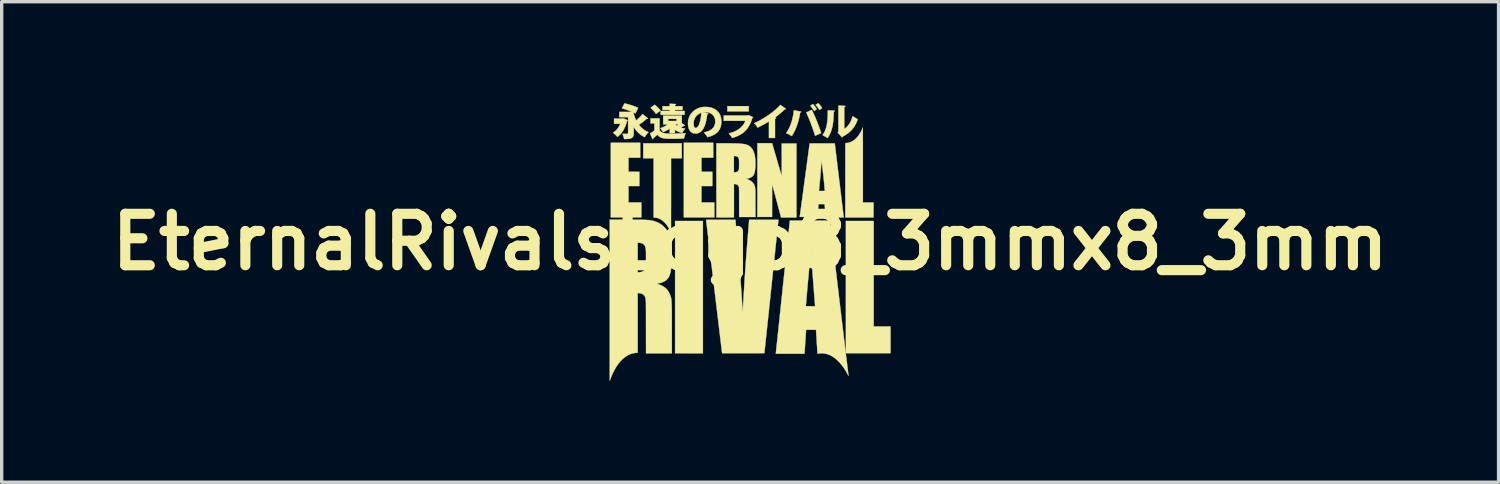
<source format=kicad_pcb>
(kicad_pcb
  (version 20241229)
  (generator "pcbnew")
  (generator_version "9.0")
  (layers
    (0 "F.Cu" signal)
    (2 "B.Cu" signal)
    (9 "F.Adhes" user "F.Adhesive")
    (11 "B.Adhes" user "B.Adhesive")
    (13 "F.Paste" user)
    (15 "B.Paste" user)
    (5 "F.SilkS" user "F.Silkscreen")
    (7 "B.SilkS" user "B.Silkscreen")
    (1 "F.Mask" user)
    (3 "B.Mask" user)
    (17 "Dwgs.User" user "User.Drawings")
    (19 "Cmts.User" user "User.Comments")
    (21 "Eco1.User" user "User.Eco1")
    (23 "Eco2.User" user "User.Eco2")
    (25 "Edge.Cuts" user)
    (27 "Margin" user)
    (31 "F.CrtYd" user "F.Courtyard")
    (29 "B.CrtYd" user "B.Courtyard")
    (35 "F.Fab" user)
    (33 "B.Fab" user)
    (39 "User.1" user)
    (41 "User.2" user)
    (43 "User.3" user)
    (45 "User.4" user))
  (footprint "EternalRivalsLogo8_3mmx8_3mm"
    (layer "F.Cu")
    (at 19.166 4.116)
    (property "Reference" "EternalRivalsLogo8_3mmx8_3mm" (at 0 0 0) (layer "F.SilkS") (effects (font (size 1.524 1.524) (thickness 0.3))))
    (attr through_hole)
    (fp_poly (pts (xy -0.042 -3.868) (xy -0.674 -3.868) (xy -0.674 -4.022) (xy -0.042 -4.022) (xy -0.042 -3.868)) (stroke (width 0.01) (type solid)) (fill yes) (layer "F.SilkS"))
    (fp_poly (pts (xy 3.659 2.503) (xy 4.157 2.503) (xy 4.157 3.294) (xy 2.836 3.294) (xy 2.836 -0.621) (xy 3.659 -0.621) (xy 3.659 2.503)) (stroke (width 0.01) (type solid)) (fill yes) (layer "F.SilkS"))
    (fp_poly (pts (xy -3.256 -2.496) (xy -3.603 -2.496) (xy -3.603 -2.078) (xy -3.28 -2.078) (xy -3.28 -1.656) (xy -3.603 -1.656) (xy -3.603 -1.17) (xy -3.222 -1.17) (xy -3.222 -0.728) (xy -4.125 -0.728) (xy -4.125 -2.938) (xy -3.256 -2.938) (xy -3.256 -2.496)) (stroke (width 0.01) (type solid)) (fill yes) (layer "F.SilkS"))
    (fp_poly (pts (xy -1.094 -2.496) (xy -1.441 -2.496) (xy -1.441 -2.078) (xy -1.118 -2.078) (xy -1.118 -1.656) (xy -1.441 -1.656) (xy -1.441 -1.17) (xy -1.06 -1.17) (xy -1.06 -0.728) (xy -1.963 -0.728) (xy -1.963 -2.938) (xy -1.094 -2.938) (xy -1.094 -2.496)) (stroke (width 0.01) (type solid)) (fill yes) (layer "F.SilkS"))
    (fp_poly (pts (xy -1.399 3.299) (xy -1.577 3.298) (xy -1.603 3.298) (xy -1.632 3.298) (xy -1.663 3.298) (xy -1.696 3.298) (xy -1.731 3.298) (xy -1.766 3.298) (xy -1.803 3.298) (xy -1.839 3.297) (xy -1.875 3.297) (xy -1.91 3.297) (xy -1.944 3.297) (xy -1.975 3.297) (xy -1.979 3.297) (xy -2.006 3.297) (xy -2.033 3.297) (xy -2.058 3.296) (xy -2.083 3.296) (xy -2.105 3.296) (xy -2.127 3.296) (xy -2.146 3.296) (xy -2.163 3.296) (xy -2.178 3.296) (xy -2.191 3.296) (xy -2.201 3.296) (xy -2.208 3.296) (xy -2.211 3.295) (xy -2.212 3.295) (xy -2.222 3.295) (xy -2.222 -0.621) (xy -1.399 -0.621) (xy -1.399 3.299)) (stroke (width 0.01) (type solid)) (fill yes) (layer "F.SilkS"))
    (fp_poly (pts (xy 0.433 -2.924) (xy 0.651 -2.924) (xy 0.793 -2.434) (xy 0.936 -1.945) (xy 0.936 -2.431) (xy 0.936 -2.916) (xy 1.154 -2.916) (xy 1.372 -2.916) (xy 1.372 -0.726) (xy 0.917 -0.726) (xy 0.912 -0.743) (xy 0.912 -0.746) (xy 0.91 -0.752) (xy 0.908 -0.761) (xy 0.904 -0.773) (xy 0.9 -0.788) (xy 0.896 -0.805) (xy 0.89 -0.825) (xy 0.885 -0.847) (xy 0.878 -0.872) (xy 0.871 -0.898) (xy 0.863 -0.926) (xy 0.855 -0.956) (xy 0.847 -0.988) (xy 0.838 -1.022) (xy 0.829 -1.056) (xy 0.819 -1.092) (xy 0.809 -1.129) (xy 0.799 -1.167) (xy 0.788 -1.206) (xy 0.78 -1.238) (xy 0.651 -1.717) (xy 0.651 -1.229) (xy 0.65 -0.742) (xy 0.215 -0.742) (xy 0.215 -2.924) (xy 0.433 -2.924)) (stroke (width 0.01) (type solid)) (fill yes) (layer "F.SilkS"))
    (fp_poly (pts (xy -2.373 -4.093) (xy -2.368 -4.093) (xy -2.359 -4.092) (xy -2.349 -4.092) (xy -2.337 -4.091) (xy -2.324 -4.09) (xy -2.309 -4.09) (xy -2.294 -4.089) (xy -2.279 -4.088) (xy -2.264 -4.087) (xy -2.249 -4.087) (xy -2.235 -4.086) (xy -2.223 -4.085) (xy -2.212 -4.085) (xy -2.204 -4.084) (xy -2.197 -4.084) (xy -2.194 -4.083) (xy -2.193 -4.083) (xy -2.193 -4.082) (xy -2.195 -4.078) (xy -2.196 -4.076) (xy -2.2 -4.069) (xy -2.207 -4.064) (xy -2.216 -4.06) (xy -2.219 -4.06) (xy -2.225 -4.059) (xy -2.225 -4.02) (xy -2.003 -4.02) (xy -2.003 -3.91) (xy -2.225 -3.91) (xy -2.225 -3.879) (xy -1.941 -3.879) (xy -1.941 -3.766) (xy -2.65 -3.766) (xy -2.65 -3.879) (xy -2.383 -3.879) (xy -2.383 -3.91) (xy -2.594 -3.91) (xy -2.594 -4.02) (xy -2.383 -4.02) (xy -2.383 -4.093) (xy -2.376 -4.093) (xy -2.373 -4.093)) (stroke (width 0.01) (type solid)) (fill yes) (layer "F.SilkS"))
    (fp_poly (pts (xy 1.862 -4.081) (xy 1.866 -4.078) (xy 1.872 -4.072) (xy 1.879 -4.064) (xy 1.887 -4.055) (xy 1.896 -4.044) (xy 1.905 -4.033) (xy 1.915 -4.02) (xy 1.925 -4.007) (xy 1.935 -3.993) (xy 1.944 -3.979) (xy 1.953 -3.966) (xy 1.961 -3.954) (xy 1.965 -3.947) (xy 1.969 -3.941) (xy 1.972 -3.937) (xy 1.973 -3.934) (xy 1.973 -3.934) (xy 1.971 -3.933) (xy 1.968 -3.93) (xy 1.962 -3.925) (xy 1.955 -3.92) (xy 1.947 -3.914) (xy 1.938 -3.908) (xy 1.929 -3.902) (xy 1.921 -3.896) (xy 1.913 -3.89) (xy 1.906 -3.885) (xy 1.901 -3.882) (xy 1.897 -3.88) (xy 1.897 -3.879) (xy 1.895 -3.881) (xy 1.892 -3.884) (xy 1.889 -3.889) (xy 1.889 -3.89) (xy 1.88 -3.903) (xy 1.87 -3.919) (xy 1.859 -3.935) (xy 1.847 -3.952) (xy 1.834 -3.97) (xy 1.822 -3.986) (xy 1.809 -4.002) (xy 1.798 -4.015) (xy 1.798 -4.016) (xy 1.792 -4.023) (xy 1.788 -4.028) (xy 1.785 -4.032) (xy 1.783 -4.034) (xy 1.783 -4.034) (xy 1.786 -4.036) (xy 1.791 -4.039) (xy 1.797 -4.043) (xy 1.805 -4.048) (xy 1.814 -4.054) (xy 1.823 -4.06) (xy 1.832 -4.065) (xy 1.84 -4.071) (xy 1.848 -4.075) (xy 1.854 -4.079) (xy 1.858 -4.081) (xy 1.859 -4.082) (xy 1.862 -4.081)) (stroke (width 0.01) (type solid)) (fill yes) (layer "F.SilkS"))
    (fp_poly (pts (xy 2.019 -4.11) (xy 2.023 -4.107) (xy 2.029 -4.101) (xy 2.036 -4.094) (xy 2.044 -4.085) (xy 2.053 -4.074) (xy 2.062 -4.063) (xy 2.072 -4.051) (xy 2.082 -4.039) (xy 2.091 -4.026) (xy 2.1 -4.014) (xy 2.109 -4.002) (xy 2.117 -3.991) (xy 2.121 -3.985) (xy 2.125 -3.978) (xy 2.129 -3.972) (xy 2.131 -3.968) (xy 2.132 -3.966) (xy 2.131 -3.965) (xy 2.127 -3.962) (xy 2.121 -3.958) (xy 2.114 -3.952) (xy 2.106 -3.946) (xy 2.097 -3.94) (xy 2.088 -3.933) (xy 2.08 -3.927) (xy 2.072 -3.921) (xy 2.065 -3.917) (xy 2.059 -3.913) (xy 2.055 -3.91) (xy 2.054 -3.91) (xy 2.053 -3.911) (xy 2.05 -3.915) (xy 2.046 -3.921) (xy 2.042 -3.927) (xy 2.039 -3.931) (xy 2.031 -3.943) (xy 2.021 -3.957) (xy 2.01 -3.973) (xy 1.998 -3.989) (xy 1.985 -4.006) (xy 1.973 -4.022) (xy 1.961 -4.036) (xy 1.955 -4.044) (xy 1.949 -4.051) (xy 1.945 -4.056) (xy 1.942 -4.06) (xy 1.941 -4.061) (xy 1.941 -4.061) (xy 1.943 -4.063) (xy 1.948 -4.066) (xy 1.954 -4.071) (xy 1.962 -4.076) (xy 1.971 -4.081) (xy 1.98 -4.087) (xy 1.989 -4.093) (xy 1.997 -4.099) (xy 2.005 -4.104) (xy 2.011 -4.107) (xy 2.015 -4.11) (xy 2.017 -4.111) (xy 2.019 -4.11)) (stroke (width 0.01) (type solid)) (fill yes) (layer "F.SilkS"))
    (fp_poly (pts (xy -2.024 -2.479) (xy -2.342 -2.479) (xy -2.342 -1.372) (xy -2.342 -1.311) (xy -2.342 -1.251) (xy -2.342 -1.191) (xy -2.342 -1.133) (xy -2.342 -1.076) (xy -2.342 -1.02) (xy -2.343 -0.965) (xy -2.343 -0.912) (xy -2.343 -0.86) (xy -2.343 -0.81) (xy -2.343 -0.761) (xy -2.343 -0.714) (xy -2.343 -0.669) (xy -2.343 -0.626) (xy -2.343 -0.585) (xy -2.343 -0.546) (xy -2.343 -0.509) (xy -2.343 -0.474) (xy -2.343 -0.442) (xy -2.343 -0.412) (xy -2.343 -0.385) (xy -2.343 -0.36) (xy -2.343 -0.338) (xy -2.343 -0.319) (xy -2.344 -0.302) (xy -2.344 -0.289) (xy -2.344 -0.279) (xy -2.344 -0.271) (xy -2.344 -0.267) (xy -2.344 -0.267) (xy -2.345 -0.269) (xy -2.347 -0.274) (xy -2.349 -0.28) (xy -2.352 -0.288) (xy -2.353 -0.289) (xy -2.373 -0.338) (xy -2.396 -0.385) (xy -2.422 -0.431) (xy -2.45 -0.475) (xy -2.48 -0.516) (xy -2.485 -0.523) (xy -2.493 -0.533) (xy -2.504 -0.545) (xy -2.515 -0.557) (xy -2.527 -0.57) (xy -2.54 -0.583) (xy -2.553 -0.595) (xy -2.565 -0.607) (xy -2.576 -0.617) (xy -2.585 -0.625) (xy -2.587 -0.626) (xy -2.62 -0.65) (xy -2.653 -0.671) (xy -2.688 -0.688) (xy -2.722 -0.702) (xy -2.758 -0.713) (xy -2.795 -0.72) (xy -2.832 -0.724) (xy -2.837 -0.724) (xy -2.858 -0.725) (xy -2.858 -2.479) (xy -3.165 -2.479) (xy -3.165 -2.921) (xy -2.024 -2.921) (xy -2.024 -2.479)) (stroke (width 0.01) (type solid)) (fill yes) (layer "F.SilkS"))
    (fp_poly (pts (xy -2.824 -4.063) (xy -2.82 -4.06) (xy -2.815 -4.056) (xy -2.808 -4.05) (xy -2.804 -4.047) (xy -2.784 -4.03) (xy -2.764 -4.012) (xy -2.745 -3.994) (xy -2.726 -3.975) (xy -2.708 -3.957) (xy -2.692 -3.94) (xy -2.678 -3.924) (xy -2.666 -3.909) (xy -2.663 -3.906) (xy -2.659 -3.9) (xy -2.656 -3.896) (xy -2.655 -3.893) (xy -2.655 -3.892) (xy -2.656 -3.891) (xy -2.656 -3.89) (xy -2.658 -3.889) (xy -2.663 -3.886) (xy -2.669 -3.881) (xy -2.677 -3.874) (xy -2.687 -3.867) (xy -2.699 -3.858) (xy -2.711 -3.849) (xy -2.722 -3.841) (xy -2.735 -3.831) (xy -2.747 -3.822) (xy -2.758 -3.814) (xy -2.767 -3.807) (xy -2.775 -3.801) (xy -2.781 -3.797) (xy -2.785 -3.794) (xy -2.786 -3.793) (xy -2.788 -3.794) (xy -2.791 -3.798) (xy -2.795 -3.803) (xy -2.797 -3.806) (xy -2.809 -3.823) (xy -2.823 -3.842) (xy -2.84 -3.862) (xy -2.859 -3.883) (xy -2.88 -3.906) (xy -2.903 -3.929) (xy -2.912 -3.938) (xy -2.922 -3.948) (xy -2.93 -3.957) (xy -2.937 -3.964) (xy -2.943 -3.97) (xy -2.946 -3.974) (xy -2.947 -3.976) (xy -2.947 -3.976) (xy -2.945 -3.978) (xy -2.94 -3.981) (xy -2.934 -3.986) (xy -2.926 -3.992) (xy -2.917 -3.999) (xy -2.906 -4.006) (xy -2.895 -4.014) (xy -2.884 -4.022) (xy -2.873 -4.031) (xy -2.862 -4.038) (xy -2.852 -4.045) (xy -2.844 -4.052) (xy -2.836 -4.057) (xy -2.83 -4.061) (xy -2.827 -4.063) (xy -2.826 -4.064) (xy -2.824 -4.063)) (stroke (width 0.01) (type solid)) (fill yes) (layer "F.SilkS"))
    (fp_poly (pts (xy 3.336 -3.387) (xy 3.336 -3.386) (xy 3.336 -3.385) (xy 3.336 -3.383) (xy 3.337 -3.381) (xy 3.337 -3.378) (xy 3.337 -3.375) (xy 3.337 -3.37) (xy 3.337 -3.365) (xy 3.337 -3.359) (xy 3.337 -3.351) (xy 3.337 -3.343) (xy 3.338 -3.333) (xy 3.338 -3.322) (xy 3.338 -3.309) (xy 3.338 -3.295) (xy 3.338 -3.28) (xy 3.338 -3.263) (xy 3.338 -3.244) (xy 3.338 -3.224) (xy 3.338 -3.201) (xy 3.338 -3.177) (xy 3.338 -3.151) (xy 3.338 -3.123) (xy 3.338 -3.093) (xy 3.338 -3.06) (xy 3.338 -3.025) (xy 3.338 -2.988) (xy 3.339 -2.949) (xy 3.339 -2.907) (xy 3.339 -2.862) (xy 3.339 -2.815) (xy 3.339 -2.765) (xy 3.339 -2.712) (xy 3.339 -2.656) (xy 3.339 -2.597) (xy 3.339 -2.536) (xy 3.339 -2.471) (xy 3.339 -2.403) (xy 3.339 -2.331) (xy 3.339 -2.282) (xy 3.339 -1.17) (xy 3.654 -1.17) (xy 3.654 -0.726) (xy 2.819 -0.726) (xy 2.819 -2.927) (xy 2.838 -2.929) (xy 2.872 -2.932) (xy 2.905 -2.937) (xy 2.936 -2.945) (xy 2.966 -2.955) (xy 2.996 -2.968) (xy 3.005 -2.972) (xy 3.039 -2.99) (xy 3.073 -3.012) (xy 3.105 -3.038) (xy 3.136 -3.066) (xy 3.166 -3.098) (xy 3.195 -3.132) (xy 3.223 -3.17) (xy 3.249 -3.211) (xy 3.275 -3.255) (xy 3.29 -3.285) (xy 3.296 -3.297) (xy 3.303 -3.311) (xy 3.31 -3.327) (xy 3.317 -3.343) (xy 3.324 -3.358) (xy 3.33 -3.372) (xy 3.335 -3.385) (xy 3.335 -3.386) (xy 3.335 -3.386) (xy 3.336 -3.387) (xy 3.336 -3.387) (xy 3.336 -3.387)) (stroke (width 0.01) (type solid)) (fill yes) (layer "F.SilkS"))
    (fp_poly (pts (xy 1.301 -3.899) (xy 1.306 -3.899) (xy 1.313 -3.897) (xy 1.323 -3.895) (xy 1.335 -3.893) (xy 1.349 -3.89) (xy 1.363 -3.888) (xy 1.379 -3.885) (xy 1.395 -3.881) (xy 1.412 -3.878) (xy 1.428 -3.875) (xy 1.444 -3.872) (xy 1.459 -3.869) (xy 1.473 -3.866) (xy 1.485 -3.864) (xy 1.496 -3.862) (xy 1.504 -3.86) (xy 1.51 -3.859) (xy 1.513 -3.858) (xy 1.514 -3.858) (xy 1.514 -3.856) (xy 1.512 -3.853) (xy 1.509 -3.848) (xy 1.506 -3.844) (xy 1.503 -3.842) (xy 1.499 -3.84) (xy 1.493 -3.837) (xy 1.49 -3.837) (xy 1.482 -3.835) (xy 1.477 -3.802) (xy 1.465 -3.739) (xy 1.452 -3.677) (xy 1.437 -3.616) (xy 1.421 -3.556) (xy 1.403 -3.498) (xy 1.384 -3.442) (xy 1.364 -3.389) (xy 1.342 -3.337) (xy 1.32 -3.288) (xy 1.296 -3.241) (xy 1.271 -3.198) (xy 1.249 -3.162) (xy 1.243 -3.154) (xy 1.239 -3.147) (xy 1.235 -3.142) (xy 1.232 -3.138) (xy 1.231 -3.137) (xy 1.229 -3.138) (xy 1.226 -3.14) (xy 1.222 -3.142) (xy 1.206 -3.152) (xy 1.189 -3.163) (xy 1.169 -3.174) (xy 1.149 -3.185) (xy 1.128 -3.196) (xy 1.107 -3.205) (xy 1.088 -3.214) (xy 1.077 -3.219) (xy 1.071 -3.221) (xy 1.067 -3.223) (xy 1.065 -3.223) (xy 1.065 -3.223) (xy 1.066 -3.225) (xy 1.068 -3.228) (xy 1.072 -3.233) (xy 1.074 -3.236) (xy 1.1 -3.275) (xy 1.126 -3.316) (xy 1.149 -3.36) (xy 1.171 -3.407) (xy 1.192 -3.456) (xy 1.211 -3.508) (xy 1.229 -3.563) (xy 1.245 -3.619) (xy 1.259 -3.678) (xy 1.272 -3.738) (xy 1.283 -3.8) (xy 1.292 -3.864) (xy 1.294 -3.882) (xy 1.295 -3.89) (xy 1.296 -3.896) (xy 1.297 -3.899) (xy 1.298 -3.9) (xy 1.298 -3.9) (xy 1.301 -3.899)) (stroke (width 0.01) (type solid)) (fill yes) (layer "F.SilkS"))
    (fp_poly (pts (xy 1.826 -3.91) (xy 1.828 -3.906) (xy 1.832 -3.899) (xy 1.836 -3.891) (xy 1.842 -3.88) (xy 1.848 -3.869) (xy 1.854 -3.856) (xy 1.861 -3.842) (xy 1.867 -3.828) (xy 1.874 -3.814) (xy 1.88 -3.801) (xy 1.886 -3.788) (xy 1.891 -3.777) (xy 1.932 -3.686) (xy 1.971 -3.592) (xy 2.009 -3.495) (xy 2.044 -3.402) (xy 2.047 -3.393) (xy 2.051 -3.381) (xy 2.056 -3.369) (xy 2.06 -3.355) (xy 2.065 -3.34) (xy 2.071 -3.325) (xy 2.076 -3.31) (xy 2.081 -3.295) (xy 2.086 -3.28) (xy 2.09 -3.267) (xy 2.094 -3.254) (xy 2.097 -3.244) (xy 2.1 -3.235) (xy 2.102 -3.229) (xy 2.103 -3.226) (xy 2.103 -3.225) (xy 2.102 -3.224) (xy 2.097 -3.222) (xy 2.09 -3.219) (xy 2.081 -3.214) (xy 2.07 -3.209) (xy 2.058 -3.204) (xy 2.043 -3.197) (xy 2.028 -3.19) (xy 2.012 -3.183) (xy 1.996 -3.176) (xy 1.979 -3.169) (xy 1.963 -3.162) (xy 1.946 -3.155) (xy 1.931 -3.148) (xy 1.928 -3.147) (xy 1.922 -3.145) (xy 1.919 -3.159) (xy 1.916 -3.168) (xy 1.912 -3.181) (xy 1.908 -3.195) (xy 1.903 -3.212) (xy 1.897 -3.23) (xy 1.891 -3.248) (xy 1.885 -3.267) (xy 1.879 -3.286) (xy 1.873 -3.304) (xy 1.868 -3.319) (xy 1.848 -3.377) (xy 1.827 -3.435) (xy 1.806 -3.494) (xy 1.784 -3.552) (xy 1.761 -3.609) (xy 1.738 -3.665) (xy 1.715 -3.719) (xy 1.693 -3.771) (xy 1.674 -3.812) (xy 1.67 -3.82) (xy 1.667 -3.827) (xy 1.665 -3.833) (xy 1.664 -3.836) (xy 1.664 -3.837) (xy 1.666 -3.837) (xy 1.67 -3.84) (xy 1.677 -3.843) (xy 1.686 -3.847) (xy 1.698 -3.852) (xy 1.71 -3.858) (xy 1.724 -3.865) (xy 1.739 -3.872) (xy 1.744 -3.874) (xy 1.759 -3.882) (xy 1.774 -3.888) (xy 1.787 -3.894) (xy 1.798 -3.9) (xy 1.808 -3.904) (xy 1.816 -3.908) (xy 1.822 -3.91) (xy 1.824 -3.912) (xy 1.825 -3.912) (xy 1.826 -3.91)) (stroke (width 0.01) (type solid)) (fill yes) (layer "F.SilkS"))
    (fp_poly (pts (xy 2.309 -3.898) (xy 2.315 -3.898) (xy 2.323 -3.897) (xy 2.334 -3.897) (xy 2.347 -3.896) (xy 2.362 -3.896) (xy 2.379 -3.895) (xy 2.396 -3.894) (xy 2.409 -3.893) (xy 2.43 -3.892) (xy 2.447 -3.892) (xy 2.462 -3.891) (xy 2.474 -3.89) (xy 2.483 -3.89) (xy 2.491 -3.889) (xy 2.496 -3.889) (xy 2.501 -3.888) (xy 2.503 -3.888) (xy 2.505 -3.887) (xy 2.506 -3.887) (xy 2.506 -3.886) (xy 2.506 -3.886) (xy 2.505 -3.88) (xy 2.501 -3.874) (xy 2.495 -3.868) (xy 2.491 -3.865) (xy 2.486 -3.863) (xy 2.481 -3.861) (xy 2.48 -3.861) (xy 2.479 -3.861) (xy 2.478 -3.86) (xy 2.477 -3.858) (xy 2.477 -3.856) (xy 2.476 -3.851) (xy 2.476 -3.845) (xy 2.476 -3.836) (xy 2.475 -3.825) (xy 2.475 -3.813) (xy 2.473 -3.752) (xy 2.47 -3.694) (xy 2.466 -3.638) (xy 2.462 -3.586) (xy 2.456 -3.536) (xy 2.449 -3.489) (xy 2.441 -3.443) (xy 2.432 -3.4) (xy 2.422 -3.359) (xy 2.41 -3.319) (xy 2.398 -3.281) (xy 2.384 -3.244) (xy 2.38 -3.233) (xy 2.374 -3.221) (xy 2.368 -3.207) (xy 2.36 -3.191) (xy 2.353 -3.176) (xy 2.344 -3.16) (xy 2.336 -3.144) (xy 2.328 -3.129) (xy 2.32 -3.115) (xy 2.312 -3.103) (xy 2.306 -3.093) (xy 2.301 -3.085) (xy 2.299 -3.083) (xy 2.295 -3.079) (xy 2.284 -3.086) (xy 2.277 -3.091) (xy 2.268 -3.096) (xy 2.258 -3.102) (xy 2.246 -3.109) (xy 2.234 -3.116) (xy 2.221 -3.124) (xy 2.208 -3.131) (xy 2.195 -3.138) (xy 2.183 -3.145) (xy 2.172 -3.151) (xy 2.162 -3.157) (xy 2.154 -3.161) (xy 2.148 -3.164) (xy 2.145 -3.165) (xy 2.145 -3.167) (xy 2.147 -3.17) (xy 2.151 -3.176) (xy 2.156 -3.182) (xy 2.157 -3.184) (xy 2.176 -3.212) (xy 2.194 -3.242) (xy 2.211 -3.275) (xy 2.226 -3.311) (xy 2.24 -3.349) (xy 2.252 -3.39) (xy 2.263 -3.433) (xy 2.272 -3.479) (xy 2.28 -3.528) (xy 2.287 -3.58) (xy 2.292 -3.635) (xy 2.296 -3.693) (xy 2.298 -3.753) (xy 2.299 -3.817) (xy 2.3 -3.84) (xy 2.3 -3.898) (xy 2.306 -3.898) (xy 2.309 -3.898)) (stroke (width 0.01) (type solid)) (fill yes) (layer "F.SilkS"))
    (fp_poly (pts (xy -3.706 -3.641) (xy -3.694 -3.635) (xy -3.682 -3.629) (xy -3.669 -3.624) (xy -3.659 -3.618) (xy -3.65 -3.614) (xy -3.649 -3.614) (xy -3.627 -3.604) (xy -3.63 -3.599) (xy -3.632 -3.595) (xy -3.636 -3.59) (xy -3.639 -3.587) (xy -3.642 -3.584) (xy -3.644 -3.582) (xy -3.646 -3.579) (xy -3.648 -3.575) (xy -3.65 -3.569) (xy -3.652 -3.56) (xy -3.653 -3.556) (xy -3.668 -3.506) (xy -3.684 -3.458) (xy -3.703 -3.412) (xy -3.723 -3.368) (xy -3.745 -3.326) (xy -3.769 -3.286) (xy -3.795 -3.249) (xy -3.822 -3.214) (xy -3.85 -3.182) (xy -3.88 -3.153) (xy -3.911 -3.126) (xy -3.921 -3.119) (xy -3.926 -3.115) (xy -3.93 -3.113) (xy -3.931 -3.113) (xy -3.932 -3.113) (xy -3.932 -3.114) (xy -3.933 -3.116) (xy -3.936 -3.12) (xy -3.941 -3.125) (xy -3.948 -3.132) (xy -3.956 -3.14) (xy -3.964 -3.148) (xy -3.973 -3.157) (xy -3.982 -3.166) (xy -3.99 -3.174) (xy -3.998 -3.182) (xy -4.006 -3.189) (xy -4.01 -3.192) (xy -4.018 -3.2) (xy -4.027 -3.207) (xy -4.036 -3.214) (xy -4.043 -3.22) (xy -4.046 -3.222) (xy -4.052 -3.227) (xy -4.057 -3.231) (xy -4.06 -3.233) (xy -4.061 -3.234) (xy -4.059 -3.236) (xy -4.056 -3.239) (xy -4.053 -3.24) (xy -4.046 -3.245) (xy -4.036 -3.252) (xy -4.026 -3.259) (xy -4.015 -3.268) (xy -4.004 -3.277) (xy -3.994 -3.286) (xy -3.991 -3.287) (xy -3.965 -3.313) (xy -3.939 -3.342) (xy -3.915 -3.373) (xy -3.893 -3.407) (xy -3.873 -3.441) (xy -3.859 -3.47) (xy -3.855 -3.478) (xy -3.852 -3.486) (xy -3.849 -3.492) (xy -3.847 -3.496) (xy -3.847 -3.497) (xy -3.847 -3.498) (xy -3.847 -3.498) (xy -3.848 -3.499) (xy -3.851 -3.499) (xy -3.854 -3.499) (xy -3.859 -3.5) (xy -3.866 -3.5) (xy -3.875 -3.5) (xy -3.886 -3.5) (xy -3.9 -3.5) (xy -3.917 -3.5) (xy -3.937 -3.5) (xy -4.03 -3.5) (xy -4.03 -3.653) (xy -3.902 -3.653) (xy -3.873 -3.653) (xy -3.847 -3.653) (xy -3.824 -3.653) (xy -3.805 -3.653) (xy -3.789 -3.653) (xy -3.776 -3.653) (xy -3.766 -3.654) (xy -3.759 -3.654) (xy -3.756 -3.654) (xy -3.739 -3.656) (xy -3.706 -3.641)) (stroke (width 0.01) (type solid)) (fill yes) (layer "F.SilkS"))
    (fp_poly (pts (xy -0.049 -3.756) (xy -0.049 -3.756) (xy -0.044 -3.754) (xy -0.038 -3.752) (xy -0.029 -3.748) (xy -0.019 -3.744) (xy -0.007 -3.739) (xy 0.005 -3.733) (xy 0.017 -3.728) (xy 0.03 -3.722) (xy 0.043 -3.716) (xy 0.054 -3.711) (xy 0.065 -3.706) (xy 0.074 -3.702) (xy 0.082 -3.698) (xy 0.087 -3.696) (xy 0.089 -3.695) (xy 0.09 -3.694) (xy 0.089 -3.692) (xy 0.085 -3.688) (xy 0.081 -3.684) (xy 0.077 -3.68) (xy 0.073 -3.677) (xy 0.072 -3.677) (xy 0.07 -3.676) (xy 0.068 -3.674) (xy 0.066 -3.672) (xy 0.065 -3.668) (xy 0.062 -3.662) (xy 0.06 -3.654) (xy 0.057 -3.647) (xy 0.045 -3.611) (xy 0.032 -3.575) (xy 0.017 -3.54) (xy 0.002 -3.505) (xy -0.014 -3.473) (xy -0.03 -3.442) (xy -0.034 -3.435) (xy -0.044 -3.418) (xy -0.055 -3.401) (xy -0.067 -3.382) (xy -0.08 -3.364) (xy -0.092 -3.348) (xy -0.098 -3.341) (xy -0.108 -3.328) (xy -0.121 -3.314) (xy -0.135 -3.299) (xy -0.15 -3.284) (xy -0.165 -3.27) (xy -0.18 -3.256) (xy -0.193 -3.245) (xy -0.198 -3.24) (xy -0.235 -3.213) (xy -0.274 -3.188) (xy -0.317 -3.164) (xy -0.362 -3.142) (xy -0.41 -3.121) (xy -0.46 -3.103) (xy -0.5 -3.09) (xy -0.509 -3.087) (xy -0.517 -3.085) (xy -0.524 -3.083) (xy -0.528 -3.081) (xy -0.529 -3.081) (xy -0.531 -3.082) (xy -0.534 -3.086) (xy -0.537 -3.091) (xy -0.538 -3.093) (xy -0.546 -3.105) (xy -0.555 -3.119) (xy -0.567 -3.135) (xy -0.581 -3.153) (xy -0.596 -3.171) (xy -0.613 -3.191) (xy -0.615 -3.193) (xy -0.621 -3.2) (xy -0.626 -3.206) (xy -0.63 -3.21) (xy -0.632 -3.213) (xy -0.632 -3.213) (xy -0.63 -3.214) (xy -0.626 -3.216) (xy -0.619 -3.218) (xy -0.611 -3.22) (xy -0.602 -3.223) (xy -0.549 -3.238) (xy -0.5 -3.256) (xy -0.452 -3.276) (xy -0.408 -3.299) (xy -0.365 -3.323) (xy -0.326 -3.35) (xy -0.289 -3.379) (xy -0.287 -3.38) (xy -0.271 -3.395) (xy -0.254 -3.411) (xy -0.238 -3.429) (xy -0.222 -3.447) (xy -0.207 -3.465) (xy -0.195 -3.482) (xy -0.185 -3.497) (xy -0.178 -3.509) (xy -0.171 -3.522) (xy -0.165 -3.535) (xy -0.159 -3.549) (xy -0.153 -3.561) (xy -0.149 -3.572) (xy -0.147 -3.581) (xy -0.146 -3.583) (xy -0.145 -3.588) (xy -0.781 -3.588) (xy -0.781 -3.746) (xy -0.074 -3.746) (xy -0.064 -3.752) (xy -0.059 -3.755) (xy -0.055 -3.757) (xy -0.052 -3.757) (xy -0.049 -3.756)) (stroke (width 0.01) (type solid)) (fill yes) (layer "F.SilkS"))
    (fp_poly (pts (xy 2.624 -4.039) (xy 2.63 -4.038) (xy 2.638 -4.038) (xy 2.649 -4.038) (xy 2.662 -4.037) (xy 2.677 -4.036) (xy 2.694 -4.036) (xy 2.711 -4.035) (xy 2.724 -4.034) (xy 2.821 -4.029) (xy 2.82 -4.024) (xy 2.819 -4.019) (xy 2.816 -4.013) (xy 2.815 -4.012) (xy 2.811 -4.008) (xy 2.805 -4.004) (xy 2.799 -4) (xy 2.793 -3.998) (xy 2.79 -3.998) (xy 2.79 -3.998) (xy 2.79 -3.997) (xy 2.789 -3.996) (xy 2.789 -3.995) (xy 2.789 -3.993) (xy 2.788 -3.989) (xy 2.788 -3.985) (xy 2.788 -3.98) (xy 2.788 -3.973) (xy 2.788 -3.965) (xy 2.788 -3.955) (xy 2.788 -3.944) (xy 2.788 -3.93) (xy 2.787 -3.915) (xy 2.787 -3.897) (xy 2.787 -3.877) (xy 2.787 -3.855) (xy 2.787 -3.83) (xy 2.787 -3.803) (xy 2.787 -3.772) (xy 2.787 -3.739) (xy 2.787 -3.702) (xy 2.787 -3.348) (xy 2.794 -3.351) (xy 2.805 -3.358) (xy 2.817 -3.367) (xy 2.831 -3.378) (xy 2.845 -3.39) (xy 2.859 -3.403) (xy 2.873 -3.416) (xy 2.885 -3.429) (xy 2.894 -3.438) (xy 2.917 -3.468) (xy 2.939 -3.5) (xy 2.96 -3.535) (xy 2.979 -3.572) (xy 2.997 -3.611) (xy 3.012 -3.652) (xy 3.026 -3.695) (xy 3.031 -3.713) (xy 3.033 -3.72) (xy 3.035 -3.725) (xy 3.037 -3.727) (xy 3.037 -3.726) (xy 3.039 -3.725) (xy 3.043 -3.722) (xy 3.049 -3.718) (xy 3.056 -3.714) (xy 3.058 -3.712) (xy 3.076 -3.7) (xy 3.097 -3.686) (xy 3.122 -3.671) (xy 3.149 -3.656) (xy 3.155 -3.652) (xy 3.165 -3.647) (xy 3.173 -3.642) (xy 3.18 -3.638) (xy 3.184 -3.635) (xy 3.187 -3.633) (xy 3.187 -3.633) (xy 3.186 -3.63) (xy 3.185 -3.626) (xy 3.182 -3.619) (xy 3.179 -3.61) (xy 3.176 -3.603) (xy 3.156 -3.552) (xy 3.133 -3.503) (xy 3.109 -3.457) (xy 3.082 -3.414) (xy 3.053 -3.373) (xy 3.023 -3.335) (xy 2.989 -3.298) (xy 2.953 -3.264) (xy 2.915 -3.231) (xy 2.874 -3.201) (xy 2.83 -3.172) (xy 2.792 -3.149) (xy 2.784 -3.144) (xy 2.775 -3.14) (xy 2.767 -3.136) (xy 2.762 -3.133) (xy 2.754 -3.128) (xy 2.749 -3.124) (xy 2.745 -3.119) (xy 2.74 -3.113) (xy 2.734 -3.106) (xy 2.728 -3.101) (xy 2.723 -3.097) (xy 2.723 -3.097) (xy 2.721 -3.097) (xy 2.719 -3.099) (xy 2.715 -3.103) (xy 2.709 -3.109) (xy 2.704 -3.115) (xy 2.699 -3.12) (xy 2.693 -3.128) (xy 2.685 -3.137) (xy 2.675 -3.148) (xy 2.665 -3.16) (xy 2.655 -3.172) (xy 2.644 -3.185) (xy 2.641 -3.188) (xy 2.594 -3.243) (xy 2.604 -3.256) (xy 2.615 -3.27) (xy 2.615 -4.039) (xy 2.621 -4.039) (xy 2.624 -4.039)) (stroke (width 0.01) (type solid)) (fill yes) (layer "F.SilkS"))
    (fp_poly (pts (xy -2.681 -3.313) (xy -2.672 -3.299) (xy -2.66 -3.283) (xy -2.646 -3.269) (xy -2.631 -3.256) (xy -2.614 -3.245) (xy -2.595 -3.236) (xy -2.574 -3.229) (xy -2.55 -3.223) (xy -2.523 -3.218) (xy -2.5 -3.215) (xy -2.484 -3.213) (xy -2.465 -3.212) (xy -2.443 -3.211) (xy -2.419 -3.21) (xy -2.392 -3.21) (xy -2.363 -3.21) (xy -2.332 -3.209) (xy -2.3 -3.209) (xy -2.266 -3.21) (xy -2.232 -3.21) (xy -2.196 -3.211) (xy -2.16 -3.212) (xy -2.124 -3.213) (xy -2.088 -3.214) (xy -2.052 -3.215) (xy -2.016 -3.217) (xy -1.982 -3.219) (xy -1.948 -3.22) (xy -1.925 -3.222) (xy -1.908 -3.223) (xy -1.916 -3.205) (xy -1.922 -3.19) (xy -1.928 -3.173) (xy -1.934 -3.155) (xy -1.94 -3.137) (xy -1.946 -3.119) (xy -1.95 -3.103) (xy -1.954 -3.088) (xy -1.956 -3.077) (xy -1.958 -3.065) (xy -1.982 -3.064) (xy -2.02 -3.063) (xy -2.058 -3.061) (xy -2.097 -3.06) (xy -2.135 -3.059) (xy -2.174 -3.058) (xy -2.212 -3.058) (xy -2.249 -3.057) (xy -2.285 -3.057) (xy -2.32 -3.057) (xy -2.354 -3.057) (xy -2.385 -3.058) (xy -2.415 -3.059) (xy -2.443 -3.059) (xy -2.468 -3.061) (xy -2.49 -3.062) (xy -2.509 -3.063) (xy -2.516 -3.064) (xy -2.543 -3.068) (xy -2.567 -3.071) (xy -2.589 -3.076) (xy -2.609 -3.081) (xy -2.627 -3.088) (xy -2.645 -3.095) (xy -2.65 -3.097) (xy -2.667 -3.106) (xy -2.683 -3.115) (xy -2.697 -3.126) (xy -2.712 -3.138) (xy -2.727 -3.153) (xy -2.731 -3.157) (xy -2.75 -3.177) (xy -2.754 -3.174) (xy -2.756 -3.172) (xy -2.761 -3.167) (xy -2.767 -3.162) (xy -2.773 -3.156) (xy -2.774 -3.156) (xy -2.783 -3.147) (xy -2.794 -3.137) (xy -2.806 -3.126) (xy -2.818 -3.115) (xy -2.83 -3.104) (xy -2.841 -3.094) (xy -2.851 -3.086) (xy -2.855 -3.082) (xy -2.862 -3.076) (xy -2.866 -3.072) (xy -2.869 -3.069) (xy -2.871 -3.065) (xy -2.872 -3.062) (xy -2.875 -3.054) (xy -2.879 -3.049) (xy -2.884 -3.045) (xy -2.887 -3.044) (xy -2.889 -3.044) (xy -2.89 -3.046) (xy -2.892 -3.049) (xy -2.894 -3.054) (xy -2.898 -3.062) (xy -2.902 -3.071) (xy -2.907 -3.082) (xy -2.913 -3.095) (xy -2.919 -3.108) (xy -2.925 -3.122) (xy -2.931 -3.136) (xy -2.937 -3.149) (xy -2.943 -3.163) (xy -2.949 -3.175) (xy -2.954 -3.186) (xy -2.958 -3.196) (xy -2.961 -3.203) (xy -2.964 -3.209) (xy -2.965 -3.211) (xy -2.965 -3.212) (xy -2.964 -3.213) (xy -2.96 -3.216) (xy -2.954 -3.219) (xy -2.948 -3.224) (xy -2.947 -3.224) (xy -2.932 -3.233) (xy -2.915 -3.244) (xy -2.897 -3.256) (xy -2.879 -3.269) (xy -2.862 -3.281) (xy -2.859 -3.283) (xy -2.836 -3.299) (xy -2.836 -3.512) (xy -2.95 -3.512) (xy -2.95 -3.661) (xy -2.681 -3.661) (xy -2.681 -3.313)) (stroke (width 0.01) (type solid)) (fill yes) (layer "F.SilkS"))
    (fp_poly (pts (xy 0.897 -4.059) (xy 0.902 -4.056) (xy 0.908 -4.052) (xy 0.916 -4.046) (xy 0.926 -4.039) (xy 0.936 -4.031) (xy 0.948 -4.023) (xy 0.961 -4.014) (xy 0.974 -4.004) (xy 0.987 -3.995) (xy 1 -3.986) (xy 1.012 -3.977) (xy 1.023 -3.968) (xy 1.034 -3.961) (xy 1.043 -3.954) (xy 1.05 -3.949) (xy 1.056 -3.945) (xy 1.059 -3.942) (xy 1.059 -3.942) (xy 1.059 -3.94) (xy 1.057 -3.937) (xy 1.053 -3.934) (xy 1.048 -3.931) (xy 1.043 -3.929) (xy 1.037 -3.927) (xy 1.031 -3.927) (xy 1.03 -3.927) (xy 1.028 -3.927) (xy 1.025 -3.926) (xy 1.023 -3.924) (xy 1.019 -3.922) (xy 1.014 -3.918) (xy 1.008 -3.912) (xy 1 -3.904) (xy 0.999 -3.904) (xy 0.948 -3.857) (xy 0.895 -3.811) (xy 0.841 -3.766) (xy 0.787 -3.724) (xy 0.769 -3.71) (xy 0.735 -3.685) (xy 0.749 -3.68) (xy 0.756 -3.677) (xy 0.763 -3.675) (xy 0.767 -3.674) (xy 0.768 -3.674) (xy 0.771 -3.672) (xy 0.772 -3.669) (xy 0.77 -3.665) (xy 0.767 -3.662) (xy 0.762 -3.657) (xy 0.755 -3.653) (xy 0.748 -3.649) (xy 0.742 -3.648) (xy 0.74 -3.647) (xy 0.737 -3.647) (xy 0.737 -3.08) (xy 0.557 -3.08) (xy 0.557 -3.325) (xy 0.557 -3.353) (xy 0.557 -3.381) (xy 0.557 -3.407) (xy 0.557 -3.432) (xy 0.557 -3.456) (xy 0.557 -3.478) (xy 0.557 -3.498) (xy 0.557 -3.516) (xy 0.557 -3.532) (xy 0.557 -3.545) (xy 0.557 -3.555) (xy 0.557 -3.563) (xy 0.556 -3.568) (xy 0.556 -3.57) (xy 0.555 -3.569) (xy 0.551 -3.566) (xy 0.545 -3.563) (xy 0.538 -3.559) (xy 0.535 -3.557) (xy 0.515 -3.545) (xy 0.493 -3.532) (xy 0.469 -3.518) (xy 0.444 -3.503) (xy 0.417 -3.488) (xy 0.39 -3.473) (xy 0.363 -3.459) (xy 0.337 -3.445) (xy 0.312 -3.431) (xy 0.288 -3.419) (xy 0.266 -3.408) (xy 0.246 -3.398) (xy 0.245 -3.398) (xy 0.223 -3.387) (xy 0.205 -3.413) (xy 0.192 -3.432) (xy 0.178 -3.451) (xy 0.163 -3.469) (xy 0.149 -3.486) (xy 0.136 -3.501) (xy 0.13 -3.507) (xy 0.125 -3.512) (xy 0.122 -3.516) (xy 0.12 -3.517) (xy 0.12 -3.518) (xy 0.122 -3.518) (xy 0.126 -3.52) (xy 0.132 -3.523) (xy 0.14 -3.526) (xy 0.141 -3.527) (xy 0.16 -3.536) (xy 0.182 -3.546) (xy 0.205 -3.557) (xy 0.229 -3.569) (xy 0.254 -3.582) (xy 0.279 -3.595) (xy 0.303 -3.608) (xy 0.326 -3.621) (xy 0.338 -3.628) (xy 0.39 -3.658) (xy 0.441 -3.689) (xy 0.491 -3.722) (xy 0.54 -3.754) (xy 0.587 -3.788) (xy 0.633 -3.822) (xy 0.677 -3.856) (xy 0.719 -3.89) (xy 0.758 -3.924) (xy 0.795 -3.958) (xy 0.83 -3.991) (xy 0.861 -4.024) (xy 0.875 -4.039) (xy 0.881 -4.046) (xy 0.887 -4.052) (xy 0.892 -4.057) (xy 0.895 -4.059) (xy 0.896 -4.06) (xy 0.897 -4.059)) (stroke (width 0.01) (type solid)) (fill yes) (layer "F.SilkS"))
    (fp_poly (pts (xy -2.024 -3.512) (xy -1.976 -3.48) (xy -1.965 -3.473) (xy -1.955 -3.466) (xy -1.946 -3.46) (xy -1.938 -3.454) (xy -1.933 -3.45) (xy -1.93 -3.448) (xy -1.929 -3.447) (xy -1.93 -3.445) (xy -1.934 -3.443) (xy -1.941 -3.441) (xy -1.948 -3.44) (xy -1.95 -3.44) (xy -1.955 -3.439) (xy -1.96 -3.438) (xy -1.964 -3.437) (xy -1.968 -3.435) (xy -1.974 -3.432) (xy -1.982 -3.427) (xy -1.984 -3.427) (xy -1.993 -3.421) (xy -2.004 -3.415) (xy -2.015 -3.408) (xy -2.026 -3.402) (xy -2.028 -3.401) (xy -2.036 -3.397) (xy -2.043 -3.393) (xy -2.049 -3.39) (xy -2.052 -3.387) (xy -2.052 -3.387) (xy -2.051 -3.386) (xy -2.046 -3.384) (xy -2.039 -3.382) (xy -2.03 -3.379) (xy -2.02 -3.376) (xy -2.008 -3.373) (xy -1.996 -3.371) (xy -1.983 -3.368) (xy -1.97 -3.365) (xy -1.958 -3.363) (xy -1.947 -3.361) (xy -1.94 -3.36) (xy -1.933 -3.359) (xy -1.928 -3.358) (xy -1.924 -3.357) (xy -1.924 -3.357) (xy -1.924 -3.355) (xy -1.926 -3.352) (xy -1.931 -3.346) (xy -1.934 -3.343) (xy -1.947 -3.329) (xy -1.96 -3.312) (xy -1.973 -3.294) (xy -1.986 -3.275) (xy -1.997 -3.257) (xy -2.005 -3.244) (xy -2.008 -3.238) (xy -2.011 -3.233) (xy -2.012 -3.23) (xy -2.012 -3.23) (xy -2.014 -3.23) (xy -2.018 -3.231) (xy -2.025 -3.233) (xy -2.033 -3.235) (xy -2.039 -3.236) (xy -2.072 -3.245) (xy -2.102 -3.256) (xy -2.13 -3.267) (xy -2.157 -3.28) (xy -2.184 -3.296) (xy -2.211 -3.313) (xy -2.223 -3.322) (xy -2.224 -3.323) (xy -2.225 -3.323) (xy -2.226 -3.322) (xy -2.226 -3.32) (xy -2.226 -3.316) (xy -2.227 -3.31) (xy -2.227 -3.302) (xy -2.227 -3.291) (xy -2.227 -3.277) (xy -2.227 -3.227) (xy -2.381 -3.227) (xy -2.381 -3.358) (xy -2.403 -3.343) (xy -2.446 -3.316) (xy -2.492 -3.292) (xy -2.54 -3.269) (xy -2.562 -3.26) (xy -2.577 -3.253) (xy -2.585 -3.266) (xy -2.594 -3.28) (xy -2.604 -3.295) (xy -2.615 -3.311) (xy -2.626 -3.326) (xy -2.637 -3.34) (xy -2.647 -3.353) (xy -2.65 -3.357) (xy -2.655 -3.362) (xy -2.658 -3.366) (xy -2.66 -3.369) (xy -2.66 -3.369) (xy -2.659 -3.37) (xy -2.655 -3.372) (xy -2.649 -3.374) (xy -2.643 -3.376) (xy -2.614 -3.387) (xy -2.584 -3.399) (xy -2.554 -3.413) (xy -2.525 -3.428) (xy -2.497 -3.443) (xy -2.472 -3.46) (xy -2.457 -3.47) (xy -2.438 -3.484) (xy -2.506 -3.484) (xy -2.574 -3.485) (xy -2.574 -3.486) (xy -2.216 -3.486) (xy -2.194 -3.465) (xy -2.187 -3.459) (xy -2.181 -3.453) (xy -2.176 -3.448) (xy -2.172 -3.445) (xy -2.171 -3.444) (xy -2.169 -3.445) (xy -2.165 -3.448) (xy -2.16 -3.451) (xy -2.156 -3.454) (xy -2.149 -3.459) (xy -2.142 -3.465) (xy -2.134 -3.47) (xy -2.127 -3.475) (xy -2.122 -3.48) (xy -2.117 -3.484) (xy -2.115 -3.486) (xy -2.115 -3.486) (xy -2.117 -3.486) (xy -2.121 -3.486) (xy -2.128 -3.486) (xy -2.138 -3.486) (xy -2.149 -3.486) (xy -2.161 -3.487) (xy -2.165 -3.487) (xy -2.216 -3.486) (xy -2.574 -3.486) (xy -2.574 -3.646) (xy -2.427 -3.646) (xy -2.427 -3.583) (xy -2.179 -3.583) (xy -2.179 -3.646) (xy -2.427 -3.646) (xy -2.574 -3.646) (xy -2.574 -3.742) (xy -2.024 -3.742) (xy -2.024 -3.512)) (stroke (width 0.01) (type solid)) (fill yes) (layer "F.SilkS"))
    (fp_poly (pts (xy 2.135 -2.919) (xy 2.507 -2.918) (xy 2.638 -1.828) (xy 2.646 -1.767) (xy 2.653 -1.708) (xy 2.66 -1.649) (xy 2.667 -1.591) (xy 2.674 -1.535) (xy 2.681 -1.479) (xy 2.687 -1.425) (xy 2.694 -1.372) (xy 2.7 -1.321) (xy 2.706 -1.271) (xy 2.712 -1.223) (xy 2.717 -1.176) (xy 2.723 -1.131) (xy 2.728 -1.088) (xy 2.733 -1.047) (xy 2.738 -1.009) (xy 2.742 -0.972) (xy 2.746 -0.937) (xy 2.75 -0.905) (xy 2.754 -0.876) (xy 2.757 -0.848) (xy 2.76 -0.824) (xy 2.763 -0.802) (xy 2.765 -0.783) (xy 2.767 -0.766) (xy 2.769 -0.753) (xy 2.77 -0.743) (xy 2.771 -0.736) (xy 2.771 -0.732) (xy 2.771 -0.731) (xy 2.772 -0.725) (xy 2.237 -0.725) (xy 2.236 -0.736) (xy 2.236 -0.739) (xy 2.236 -0.746) (xy 2.235 -0.755) (xy 2.234 -0.767) (xy 2.233 -0.781) (xy 2.232 -0.798) (xy 2.23 -0.816) (xy 2.229 -0.837) (xy 2.227 -0.858) (xy 2.225 -0.881) (xy 2.223 -0.905) (xy 2.222 -0.929) (xy 2.22 -0.953) (xy 2.218 -0.977) (xy 2.216 -1) (xy 2.215 -1.021) (xy 2.213 -1.041) (xy 2.212 -1.058) (xy 2.211 -1.074) (xy 2.209 -1.088) (xy 2.209 -1.099) (xy 2.208 -1.108) (xy 2.207 -1.113) (xy 2.207 -1.115) (xy 2.206 -1.121) (xy 2.115 -1.121) (xy 2.094 -1.121) (xy 2.077 -1.121) (xy 2.062 -1.121) (xy 2.05 -1.121) (xy 2.041 -1.121) (xy 2.034 -1.12) (xy 2.029 -1.12) (xy 2.025 -1.12) (xy 2.024 -1.119) (xy 2.024 -1.119) (xy 2.023 -1.117) (xy 2.023 -1.111) (xy 2.023 -1.103) (xy 2.022 -1.092) (xy 2.021 -1.079) (xy 2.02 -1.064) (xy 2.019 -1.047) (xy 2.017 -1.029) (xy 2.016 -1.01) (xy 2.015 -0.989) (xy 2.013 -0.968) (xy 2.012 -0.946) (xy 2.01 -0.924) (xy 2.008 -0.903) (xy 2.007 -0.881) (xy 2.005 -0.861) (xy 2.004 -0.841) (xy 2.003 -0.823) (xy 2.001 -0.806) (xy 2 -0.79) (xy 1.999 -0.777) (xy 1.998 -0.766) (xy 1.998 -0.757) (xy 1.997 -0.752) (xy 1.997 -0.749) (xy 1.997 -0.749) (xy 1.996 -0.742) (xy 1.468 -0.742) (xy 1.469 -0.746) (xy 1.47 -0.751) (xy 1.471 -0.758) (xy 1.472 -0.769) (xy 1.474 -0.783) (xy 1.477 -0.801) (xy 1.48 -0.822) (xy 1.483 -0.846) (xy 1.487 -0.873) (xy 1.491 -0.903) (xy 1.496 -0.937) (xy 1.501 -0.974) (xy 1.506 -1.014) (xy 1.512 -1.057) (xy 1.518 -1.103) (xy 1.525 -1.152) (xy 1.532 -1.204) (xy 1.54 -1.26) (xy 1.548 -1.318) (xy 1.556 -1.38) (xy 1.565 -1.444) (xy 1.574 -1.51) (xy 2.037 -1.51) (xy 2.212 -1.51) (xy 2.211 -1.528) (xy 2.208 -1.562) (xy 2.205 -1.599) (xy 2.202 -1.639) (xy 2.198 -1.681) (xy 2.194 -1.727) (xy 2.189 -1.775) (xy 2.184 -1.826) (xy 2.178 -1.879) (xy 2.172 -1.935) (xy 2.166 -1.992) (xy 2.159 -2.051) (xy 2.152 -2.112) (xy 2.145 -2.174) (xy 2.137 -2.238) (xy 2.129 -2.303) (xy 2.128 -2.312) (xy 2.125 -2.335) (xy 2.123 -2.355) (xy 2.121 -2.372) (xy 2.119 -2.385) (xy 2.117 -2.396) (xy 2.116 -2.404) (xy 2.115 -2.409) (xy 2.114 -2.411) (xy 2.114 -2.411) (xy 2.113 -2.408) (xy 2.113 -2.404) (xy 2.113 -2.399) (xy 2.113 -2.391) (xy 2.112 -2.38) (xy 2.111 -2.366) (xy 2.11 -2.349) (xy 2.109 -2.33) (xy 2.107 -2.31) (xy 2.106 -2.287) (xy 2.104 -2.262) (xy 2.102 -2.236) (xy 2.1 -2.209) (xy 2.098 -2.181) (xy 2.095 -2.152) (xy 2.093 -2.122) (xy 2.091 -2.092) (xy 2.088 -2.062) (xy 2.086 -2.031) (xy 2.083 -2.001) (xy 2.081 -1.971) (xy 2.078 -1.942) (xy 2.076 -1.914) (xy 2.074 -1.887) (xy 2.072 -1.861) (xy 2.069 -1.837) (xy 2.067 -1.814) (xy 2.067 -1.805) (xy 2.065 -1.787) (xy 2.063 -1.768) (xy 2.061 -1.747) (xy 2.059 -1.726) (xy 2.057 -1.705) (xy 2.055 -1.683) (xy 2.053 -1.662) (xy 2.051 -1.64) (xy 2.049 -1.62) (xy 2.047 -1.601) (xy 2.045 -1.582) (xy 2.043 -1.566) (xy 2.042 -1.551) (xy 2.041 -1.538) (xy 2.04 -1.528) (xy 2.039 -1.52) (xy 2.038 -1.516) (xy 2.038 -1.515) (xy 2.037 -1.51) (xy 1.574 -1.51) (xy 1.574 -1.511) (xy 1.583 -1.582) (xy 1.593 -1.655) (xy 1.603 -1.731) (xy 1.614 -1.81) (xy 1.625 -1.892) (xy 1.636 -1.977) (xy 1.637 -1.978) (xy 1.644 -2.034) (xy 1.651 -2.088) (xy 1.659 -2.142) (xy 1.666 -2.195) (xy 1.673 -2.247) (xy 1.68 -2.298) (xy 1.686 -2.347) (xy 1.693 -2.395) (xy 1.699 -2.441) (xy 1.705 -2.486) (xy 1.711 -2.529) (xy 1.716 -2.571) (xy 1.722 -2.61) (xy 1.727 -2.648) (xy 1.731 -2.683) (xy 1.736 -2.717) (xy 1.74 -2.748) (xy 1.744 -2.776) (xy 1.747 -2.802) (xy 1.751 -2.826) (xy 1.753 -2.847) (xy 1.756 -2.865) (xy 1.758 -2.881) (xy 1.76 -2.893) (xy 1.761 -2.903) (xy 1.762 -2.909) (xy 1.762 -2.912) (xy 1.762 -2.912) (xy 1.763 -2.919) (xy 2.135 -2.919)) (stroke (width 0.01) (type solid)) (fill yes) (layer "F.SilkS"))
    (fp_poly (pts (xy -3.714 -4.102) (xy -3.709 -4.101) (xy -3.701 -4.1) (xy -3.691 -4.097) (xy -3.679 -4.095) (xy -3.665 -4.091) (xy -3.651 -4.088) (xy -3.636 -4.084) (xy -3.622 -4.08) (xy -3.607 -4.076) (xy -3.594 -4.073) (xy -3.582 -4.069) (xy -3.58 -4.069) (xy -3.538 -4.056) (xy -3.5 -4.044) (xy -3.464 -4.032) (xy -3.43 -4.02) (xy -3.397 -4.008) (xy -3.389 -4.004) (xy -3.38 -4.001) (xy -3.369 -3.996) (xy -3.359 -3.992) (xy -3.348 -3.987) (xy -3.338 -3.983) (xy -3.33 -3.979) (xy -3.323 -3.975) (xy -3.319 -3.973) (xy -3.318 -3.972) (xy -3.318 -3.971) (xy -3.319 -3.967) (xy -3.322 -3.961) (xy -3.326 -3.953) (xy -3.331 -3.942) (xy -3.337 -3.929) (xy -3.345 -3.913) (xy -3.355 -3.894) (xy -3.357 -3.89) (xy -3.364 -3.875) (xy -3.372 -3.86) (xy -3.378 -3.847) (xy -3.384 -3.835) (xy -3.39 -3.825) (xy -3.394 -3.817) (xy -3.397 -3.811) (xy -3.398 -3.808) (xy -3.399 -3.808) (xy -3.401 -3.808) (xy -3.405 -3.809) (xy -3.411 -3.812) (xy -3.419 -3.816) (xy -3.424 -3.818) (xy -3.448 -3.831) (xy -3.448 -3.788) (xy -3.433 -3.745) (xy -3.426 -3.723) (xy -3.418 -3.701) (xy -3.41 -3.679) (xy -3.402 -3.658) (xy -3.394 -3.64) (xy -3.387 -3.624) (xy -3.385 -3.619) (xy -3.376 -3.6) (xy -3.353 -3.62) (xy -3.329 -3.64) (xy -3.306 -3.662) (xy -3.283 -3.683) (xy -3.261 -3.705) (xy -3.241 -3.726) (xy -3.223 -3.746) (xy -3.207 -3.765) (xy -3.196 -3.777) (xy -3.192 -3.782) (xy -3.189 -3.786) (xy -3.187 -3.788) (xy -3.187 -3.788) (xy -3.185 -3.787) (xy -3.181 -3.784) (xy -3.175 -3.779) (xy -3.166 -3.773) (xy -3.155 -3.764) (xy -3.142 -3.753) (xy -3.126 -3.74) (xy -3.107 -3.726) (xy -3.086 -3.709) (xy -3.063 -3.69) (xy -3.036 -3.669) (xy -3.021 -3.656) (xy -3.021 -3.655) (xy -3.024 -3.653) (xy -3.028 -3.651) (xy -3.033 -3.649) (xy -3.034 -3.649) (xy -3.039 -3.648) (xy -3.046 -3.647) (xy -3.053 -3.647) (xy -3.065 -3.647) (xy -3.078 -3.635) (xy -3.097 -3.618) (xy -3.118 -3.6) (xy -3.141 -3.581) (xy -3.166 -3.562) (xy -3.19 -3.543) (xy -3.215 -3.524) (xy -3.24 -3.507) (xy -3.263 -3.491) (xy -3.268 -3.487) (xy -3.295 -3.469) (xy -3.29 -3.462) (xy -3.259 -3.426) (xy -3.226 -3.392) (xy -3.19 -3.36) (xy -3.153 -3.331) (xy -3.113 -3.305) (xy -3.071 -3.281) (xy -3.027 -3.26) (xy -3.014 -3.254) (xy -3.008 -3.252) (xy -3.026 -3.233) (xy -3.038 -3.22) (xy -3.052 -3.204) (xy -3.066 -3.187) (xy -3.079 -3.17) (xy -3.091 -3.153) (xy -3.103 -3.136) (xy -3.112 -3.121) (xy -3.116 -3.115) (xy -3.119 -3.11) (xy -3.121 -3.106) (xy -3.122 -3.104) (xy -3.122 -3.104) (xy -3.124 -3.105) (xy -3.128 -3.107) (xy -3.134 -3.11) (xy -3.142 -3.114) (xy -3.15 -3.119) (xy -3.16 -3.124) (xy -3.17 -3.129) (xy -3.179 -3.135) (xy -3.188 -3.14) (xy -3.196 -3.145) (xy -3.199 -3.146) (xy -3.236 -3.171) (xy -3.272 -3.199) (xy -3.307 -3.23) (xy -3.34 -3.264) (xy -3.372 -3.3) (xy -3.401 -3.338) (xy -3.429 -3.378) (xy -3.434 -3.386) (xy -3.447 -3.407) (xy -3.448 -3.297) (xy -3.448 -3.273) (xy -3.448 -3.252) (xy -3.449 -3.234) (xy -3.449 -3.219) (xy -3.449 -3.206) (xy -3.45 -3.194) (xy -3.45 -3.185) (xy -3.451 -3.177) (xy -3.452 -3.17) (xy -3.453 -3.164) (xy -3.454 -3.158) (xy -3.455 -3.153) (xy -3.457 -3.147) (xy -3.459 -3.142) (xy -3.459 -3.141) (xy -3.464 -3.127) (xy -3.471 -3.116) (xy -3.479 -3.105) (xy -3.486 -3.098) (xy -3.498 -3.088) (xy -3.511 -3.079) (xy -3.527 -3.072) (xy -3.545 -3.065) (xy -3.566 -3.06) (xy -3.59 -3.056) (xy -3.616 -3.053) (xy -3.637 -3.052) (xy -3.649 -3.051) (xy -3.661 -3.05) (xy -3.674 -3.05) (xy -3.686 -3.049) (xy -3.698 -3.049) (xy -3.709 -3.049) (xy -3.718 -3.049) (xy -3.725 -3.049) (xy -3.73 -3.049) (xy -3.731 -3.049) (xy -3.732 -3.052) (xy -3.732 -3.054) (xy -3.733 -3.058) (xy -3.734 -3.064) (xy -3.736 -3.073) (xy -3.738 -3.082) (xy -3.741 -3.093) (xy -3.744 -3.104) (xy -3.747 -3.114) (xy -3.749 -3.12) (xy -3.757 -3.143) (xy -3.765 -3.165) (xy -3.774 -3.185) (xy -3.776 -3.189) (xy -3.778 -3.195) (xy -3.78 -3.2) (xy -3.781 -3.203) (xy -3.781 -3.203) (xy -3.779 -3.203) (xy -3.774 -3.203) (xy -3.767 -3.203) (xy -3.757 -3.203) (xy -3.745 -3.203) (xy -3.732 -3.202) (xy -3.718 -3.202) (xy -3.714 -3.202) (xy -3.695 -3.201) (xy -3.679 -3.201) (xy -3.666 -3.201) (xy -3.655 -3.201) (xy -3.647 -3.201) (xy -3.64 -3.202) (xy -3.634 -3.202) (xy -3.63 -3.203) (xy -3.627 -3.204) (xy -3.625 -3.205) (xy -3.623 -3.205) (xy -3.622 -3.206) (xy -3.621 -3.206) (xy -3.62 -3.207) (xy -3.619 -3.208) (xy -3.618 -3.21) (xy -3.617 -3.212) (xy -3.617 -3.215) (xy -3.616 -3.219) (xy -3.616 -3.225) (xy -3.615 -3.231) (xy -3.615 -3.24) (xy -3.615 -3.25) (xy -3.615 -3.261) (xy -3.615 -3.275) (xy -3.614 -3.291) (xy -3.614 -3.31) (xy -3.614 -3.33) (xy -3.614 -3.354) (xy -3.614 -3.38) (xy -3.614 -3.41) (xy -3.614 -3.442) (xy -3.614 -3.456) (xy -3.614 -3.697) (xy -3.874 -3.697) (xy -3.874 -3.851) (xy -3.684 -3.851) (xy -3.494 -3.851) (xy -3.525 -3.864) (xy -3.598 -3.893) (xy -3.663 -3.916) (xy -3.677 -3.921) (xy -3.692 -3.926) (xy -3.708 -3.931) (xy -3.724 -3.936) (xy -3.74 -3.94) (xy -3.754 -3.945) (xy -3.767 -3.948) (xy -3.778 -3.951) (xy -3.786 -3.954) (xy -3.788 -3.954) (xy -3.792 -3.955) (xy -3.796 -3.957) (xy -3.796 -3.958) (xy -3.796 -3.959) (xy -3.794 -3.964) (xy -3.79 -3.971) (xy -3.785 -3.98) (xy -3.78 -3.991) (xy -3.774 -4.003) (xy -3.767 -4.017) (xy -3.759 -4.031) (xy -3.759 -4.031) (xy -3.721 -4.103) (xy -3.714 -4.102)) (stroke (width 0.01) (type solid)) (fill yes) (layer "F.SilkS"))
    (fp_poly (pts (xy -1.301 -3.999) (xy -1.261 -3.997) (xy -1.224 -3.993) (xy -1.188 -3.986) (xy -1.154 -3.978) (xy -1.121 -3.967) (xy -1.089 -3.954) (xy -1.073 -3.946) (xy -1.04 -3.929) (xy -1.01 -3.909) (xy -0.982 -3.886) (xy -0.957 -3.862) (xy -0.934 -3.835) (xy -0.914 -3.806) (xy -0.897 -3.776) (xy -0.882 -3.743) (xy -0.87 -3.709) (xy -0.862 -3.675) (xy -0.857 -3.642) (xy -0.853 -3.607) (xy -0.852 -3.571) (xy -0.853 -3.534) (xy -0.856 -3.497) (xy -0.858 -3.484) (xy -0.865 -3.446) (xy -0.874 -3.41) (xy -0.886 -3.376) (xy -0.9 -3.344) (xy -0.918 -3.314) (xy -0.938 -3.286) (xy -0.961 -3.259) (xy -0.987 -3.234) (xy -1.013 -3.213) (xy -1.038 -3.195) (xy -1.067 -3.178) (xy -1.098 -3.162) (xy -1.132 -3.147) (xy -1.168 -3.132) (xy -1.205 -3.119) (xy -1.231 -3.111) (xy -1.24 -3.109) (xy -1.248 -3.106) (xy -1.254 -3.105) (xy -1.258 -3.103) (xy -1.259 -3.103) (xy -1.261 -3.104) (xy -1.264 -3.108) (xy -1.268 -3.113) (xy -1.273 -3.12) (xy -1.275 -3.123) (xy -1.296 -3.155) (xy -1.318 -3.185) (xy -1.341 -3.213) (xy -1.353 -3.226) (xy -1.36 -3.234) (xy -1.365 -3.24) (xy -1.368 -3.244) (xy -1.368 -3.245) (xy -1.368 -3.245) (xy -1.365 -3.246) (xy -1.36 -3.247) (xy -1.354 -3.249) (xy -1.346 -3.25) (xy -1.345 -3.25) (xy -1.305 -3.261) (xy -1.267 -3.272) (xy -1.231 -3.286) (xy -1.199 -3.301) (xy -1.17 -3.318) (xy -1.143 -3.337) (xy -1.119 -3.357) (xy -1.098 -3.379) (xy -1.08 -3.402) (xy -1.066 -3.427) (xy -1.054 -3.454) (xy -1.053 -3.455) (xy -1.047 -3.474) (xy -1.041 -3.493) (xy -1.038 -3.512) (xy -1.035 -3.533) (xy -1.034 -3.555) (xy -1.034 -3.571) (xy -1.034 -3.591) (xy -1.036 -3.608) (xy -1.037 -3.624) (xy -1.04 -3.639) (xy -1.044 -3.654) (xy -1.048 -3.666) (xy -1.058 -3.692) (xy -1.07 -3.715) (xy -1.085 -3.737) (xy -1.102 -3.757) (xy -1.107 -3.762) (xy -1.128 -3.781) (xy -1.151 -3.797) (xy -1.177 -3.811) (xy -1.204 -3.823) (xy -1.227 -3.83) (xy -1.24 -3.834) (xy -1.252 -3.837) (xy -1.264 -3.839) (xy -1.276 -3.841) (xy -1.289 -3.842) (xy -1.303 -3.843) (xy -1.319 -3.843) (xy -1.337 -3.843) (xy -1.35 -3.843) (xy -1.363 -3.843) (xy -1.373 -3.842) (xy -1.381 -3.842) (xy -1.387 -3.842) (xy -1.39 -3.841) (xy -1.39 -3.841) (xy -1.389 -3.84) (xy -1.386 -3.839) (xy -1.382 -3.837) (xy -1.375 -3.836) (xy -1.366 -3.833) (xy -1.354 -3.83) (xy -1.339 -3.827) (xy -1.322 -3.823) (xy -1.315 -3.821) (xy -1.3 -3.818) (xy -1.285 -3.814) (xy -1.271 -3.811) (xy -1.26 -3.808) (xy -1.25 -3.805) (xy -1.242 -3.804) (xy -1.237 -3.802) (xy -1.236 -3.802) (xy -1.235 -3.799) (xy -1.237 -3.796) (xy -1.241 -3.793) (xy -1.247 -3.789) (xy -1.253 -3.786) (xy -1.259 -3.784) (xy -1.264 -3.783) (xy -1.264 -3.783) (xy -1.268 -3.782) (xy -1.27 -3.781) (xy -1.271 -3.777) (xy -1.271 -3.774) (xy -1.272 -3.768) (xy -1.273 -3.76) (xy -1.275 -3.75) (xy -1.276 -3.739) (xy -1.277 -3.735) (xy -1.284 -3.685) (xy -1.293 -3.638) (xy -1.302 -3.594) (xy -1.312 -3.552) (xy -1.323 -3.513) (xy -1.334 -3.476) (xy -1.336 -3.471) (xy -1.349 -3.436) (xy -1.362 -3.404) (xy -1.377 -3.374) (xy -1.392 -3.348) (xy -1.408 -3.324) (xy -1.425 -3.302) (xy -1.437 -3.288) (xy -1.453 -3.273) (xy -1.468 -3.261) (xy -1.483 -3.25) (xy -1.5 -3.24) (xy -1.506 -3.237) (xy -1.527 -3.227) (xy -1.548 -3.22) (xy -1.569 -3.216) (xy -1.592 -3.213) (xy -1.616 -3.212) (xy -1.616 -3.212) (xy -1.644 -3.213) (xy -1.669 -3.217) (xy -1.692 -3.223) (xy -1.713 -3.232) (xy -1.734 -3.244) (xy -1.752 -3.259) (xy -1.764 -3.271) (xy -1.78 -3.289) (xy -1.794 -3.309) (xy -1.806 -3.332) (xy -1.817 -3.356) (xy -1.825 -3.383) (xy -1.832 -3.413) (xy -1.836 -3.435) (xy -1.837 -3.447) (xy -1.838 -3.461) (xy -1.839 -3.478) (xy -1.84 -3.495) (xy -1.84 -3.513) (xy -1.84 -3.518) (xy -1.674 -3.518) (xy -1.674 -3.502) (xy -1.673 -3.482) (xy -1.672 -3.465) (xy -1.67 -3.45) (xy -1.666 -3.436) (xy -1.664 -3.428) (xy -1.658 -3.412) (xy -1.651 -3.399) (xy -1.642 -3.389) (xy -1.633 -3.382) (xy -1.621 -3.378) (xy -1.609 -3.378) (xy -1.596 -3.38) (xy -1.59 -3.382) (xy -1.577 -3.389) (xy -1.564 -3.398) (xy -1.552 -3.412) (xy -1.54 -3.428) (xy -1.528 -3.447) (xy -1.517 -3.468) (xy -1.507 -3.493) (xy -1.497 -3.52) (xy -1.488 -3.549) (xy -1.48 -3.581) (xy -1.472 -3.615) (xy -1.465 -3.651) (xy -1.459 -3.689) (xy -1.453 -3.729) (xy -1.449 -3.771) (xy -1.447 -3.794) (xy -1.446 -3.804) (xy -1.446 -3.812) (xy -1.445 -3.819) (xy -1.445 -3.823) (xy -1.445 -3.825) (xy -1.447 -3.825) (xy -1.451 -3.823) (xy -1.458 -3.821) (xy -1.465 -3.818) (xy -1.474 -3.814) (xy -1.482 -3.81) (xy -1.49 -3.806) (xy -1.494 -3.804) (xy -1.524 -3.788) (xy -1.551 -3.769) (xy -1.576 -3.747) (xy -1.598 -3.723) (xy -1.618 -3.697) (xy -1.636 -3.669) (xy -1.644 -3.652) (xy -1.655 -3.626) (xy -1.664 -3.601) (xy -1.67 -3.575) (xy -1.673 -3.547) (xy -1.674 -3.518) (xy -1.84 -3.518) (xy -1.84 -3.531) (xy -1.839 -3.548) (xy -1.838 -3.563) (xy -1.837 -3.576) (xy -1.837 -3.581) (xy -1.831 -3.611) (xy -1.825 -3.64) (xy -1.817 -3.666) (xy -1.807 -3.693) (xy -1.796 -3.719) (xy -1.793 -3.726) (xy -1.776 -3.758) (xy -1.758 -3.787) (xy -1.737 -3.814) (xy -1.714 -3.841) (xy -1.71 -3.845) (xy -1.68 -3.873) (xy -1.648 -3.899) (xy -1.615 -3.922) (xy -1.579 -3.942) (xy -1.542 -3.959) (xy -1.503 -3.974) (xy -1.462 -3.985) (xy -1.445 -3.989) (xy -1.429 -3.992) (xy -1.415 -3.994) (xy -1.4 -3.996) (xy -1.384 -3.998) (xy -1.366 -3.999) (xy -1.346 -3.999) (xy -1.343 -3.999) (xy -1.301 -3.999)) (stroke (width 0.01) (type solid)) (fill yes) (layer "F.SilkS"))
    (fp_poly (pts (xy -0.757 -2.921) (xy -0.717 -2.921) (xy -0.68 -2.921) (xy -0.645 -2.921) (xy -0.614 -2.921) (xy -0.585 -2.921) (xy -0.558 -2.92) (xy -0.533 -2.92) (xy -0.511 -2.92) (xy -0.49 -2.92) (xy -0.47 -2.919) (xy -0.452 -2.919) (xy -0.435 -2.918) (xy -0.418 -2.918) (xy -0.403 -2.917) (xy -0.387 -2.917) (xy -0.372 -2.916) (xy -0.357 -2.915) (xy -0.354 -2.915) (xy -0.313 -2.912) (xy -0.276 -2.91) (xy -0.241 -2.906) (xy -0.209 -2.902) (xy -0.18 -2.898) (xy -0.153 -2.893) (xy -0.129 -2.887) (xy -0.106 -2.881) (xy -0.085 -2.873) (xy -0.066 -2.865) (xy -0.048 -2.856) (xy -0.031 -2.846) (xy -0.015 -2.835) (xy 0.000182 -2.823) (xy 0.015 -2.809) (xy 0.02 -2.804) (xy 0.041 -2.781) (xy 0.06 -2.756) (xy 0.077 -2.728) (xy 0.093 -2.697) (xy 0.107 -2.664) (xy 0.119 -2.629) (xy 0.13 -2.59) (xy 0.139 -2.549) (xy 0.146 -2.505) (xy 0.152 -2.459) (xy 0.154 -2.428) (xy 0.155 -2.419) (xy 0.155 -2.407) (xy 0.156 -2.392) (xy 0.156 -2.376) (xy 0.156 -2.358) (xy 0.156 -2.339) (xy 0.157 -2.32) (xy 0.156 -2.3) (xy 0.156 -2.281) (xy 0.156 -2.263) (xy 0.156 -2.247) (xy 0.155 -2.232) (xy 0.155 -2.219) (xy 0.154 -2.211) (xy 0.151 -2.174) (xy 0.147 -2.141) (xy 0.143 -2.11) (xy 0.138 -2.083) (xy 0.132 -2.057) (xy 0.125 -2.035) (xy 0.117 -2.014) (xy 0.108 -1.995) (xy 0.098 -1.979) (xy 0.095 -1.973) (xy 0.08 -1.955) (xy 0.062 -1.938) (xy 0.041 -1.923) (xy 0.018 -1.909) (xy -0.007 -1.898) (xy -0.036 -1.888) (xy -0.043 -1.886) (xy -0.052 -1.884) (xy -0.063 -1.882) (xy -0.074 -1.879) (xy -0.086 -1.877) (xy -0.097 -1.875) (xy -0.107 -1.874) (xy -0.115 -1.873) (xy -0.119 -1.873) (xy -0.121 -1.873) (xy -0.121 -1.872) (xy -0.119 -1.871) (xy -0.115 -1.869) (xy -0.108 -1.867) (xy -0.097 -1.863) (xy -0.097 -1.863) (xy -0.06 -1.849) (xy -0.026 -1.834) (xy 0.005 -1.817) (xy 0.033 -1.798) (xy 0.058 -1.777) (xy 0.08 -1.755) (xy 0.099 -1.732) (xy 0.115 -1.706) (xy 0.128 -1.679) (xy 0.139 -1.65) (xy 0.14 -1.644) (xy 0.143 -1.636) (xy 0.144 -1.627) (xy 0.146 -1.616) (xy 0.148 -1.604) (xy 0.149 -1.59) (xy 0.151 -1.574) (xy 0.152 -1.556) (xy 0.153 -1.535) (xy 0.154 -1.516) (xy 0.155 -1.509) (xy 0.155 -1.5) (xy 0.155 -1.487) (xy 0.155 -1.471) (xy 0.155 -1.452) (xy 0.156 -1.43) (xy 0.156 -1.405) (xy 0.156 -1.377) (xy 0.156 -1.346) (xy 0.156 -1.313) (xy 0.156 -1.276) (xy 0.157 -1.237) (xy 0.157 -1.196) (xy 0.157 -1.152) (xy 0.157 -1.11) (xy 0.158 -0.74) (xy -0.325 -0.74) (xy -0.326 -1.158) (xy -0.326 -1.205) (xy -0.326 -1.248) (xy -0.326 -1.289) (xy -0.326 -1.326) (xy -0.326 -1.361) (xy -0.326 -1.392) (xy -0.326 -1.422) (xy -0.326 -1.448) (xy -0.326 -1.472) (xy -0.327 -1.494) (xy -0.327 -1.514) (xy -0.327 -1.532) (xy -0.327 -1.548) (xy -0.328 -1.562) (xy -0.328 -1.575) (xy -0.328 -1.586) (xy -0.329 -1.596) (xy -0.329 -1.604) (xy -0.33 -1.611) (xy -0.331 -1.617) (xy -0.331 -1.623) (xy -0.332 -1.627) (xy -0.333 -1.631) (xy -0.334 -1.635) (xy -0.335 -1.638) (xy -0.336 -1.641) (xy -0.337 -1.644) (xy -0.339 -1.646) (xy -0.34 -1.649) (xy -0.341 -1.651) (xy -0.35 -1.667) (xy -0.363 -1.68) (xy -0.377 -1.692) (xy -0.39 -1.699) (xy -0.398 -1.703) (xy -0.406 -1.706) (xy -0.413 -1.709) (xy -0.416 -1.709) (xy -0.426 -1.712) (xy -0.437 -1.714) (xy -0.449 -1.715) (xy -0.46 -1.717) (xy -0.468 -1.717) (xy -0.469 -1.717) (xy -0.479 -1.717) (xy -0.479 -1.23) (xy -0.479 -1.189) (xy -0.479 -1.149) (xy -0.479 -1.111) (xy -0.479 -1.073) (xy -0.479 -1.037) (xy -0.479 -1.002) (xy -0.479 -0.968) (xy -0.479 -0.937) (xy -0.479 -0.907) (xy -0.48 -0.879) (xy -0.48 -0.853) (xy -0.48 -0.829) (xy -0.48 -0.807) (xy -0.48 -0.788) (xy -0.48 -0.772) (xy -0.48 -0.758) (xy -0.48 -0.748) (xy -0.48 -0.74) (xy -0.48 -0.736) (xy -0.48 -0.734) (xy -0.481 -0.726) (xy -1.001 -0.726) (xy -1 -0.739) (xy -1 -0.742) (xy -1 -0.748) (xy -1 -0.756) (xy -1 -0.768) (xy -1 -0.783) (xy -1 -0.801) (xy -1 -0.822) (xy -1 -0.846) (xy -1 -0.872) (xy -1 -0.901) (xy -1 -0.932) (xy -1 -0.966) (xy -0.999 -1.002) (xy -0.999 -1.04) (xy -0.999 -1.08) (xy -0.999 -1.122) (xy -0.999 -1.167) (xy -0.999 -1.213) (xy -0.999 -1.26) (xy -0.999 -1.31) (xy -0.999 -1.361) (xy -0.999 -1.413) (xy -0.999 -1.467) (xy -0.999 -1.523) (xy -0.999 -1.579) (xy -0.999 -1.636) (xy -0.999 -1.695) (xy -0.999 -1.754) (xy -0.999 -1.815) (xy -0.999 -2.06) (xy -0.481 -2.06) (xy -0.463 -2.062) (xy -0.453 -2.062) (xy -0.442 -2.063) (xy -0.432 -2.065) (xy -0.428 -2.065) (xy -0.407 -2.07) (xy -0.388 -2.076) (xy -0.372 -2.084) (xy -0.359 -2.093) (xy -0.349 -2.105) (xy -0.341 -2.118) (xy -0.339 -2.124) (xy -0.337 -2.132) (xy -0.335 -2.14) (xy -0.333 -2.15) (xy -0.331 -2.161) (xy -0.33 -2.174) (xy -0.329 -2.189) (xy -0.328 -2.206) (xy -0.328 -2.225) (xy -0.327 -2.246) (xy -0.327 -2.271) (xy -0.327 -2.299) (xy -0.327 -2.312) (xy -0.327 -2.337) (xy -0.327 -2.359) (xy -0.327 -2.378) (xy -0.328 -2.394) (xy -0.328 -2.409) (xy -0.329 -2.421) (xy -0.33 -2.432) (xy -0.331 -2.442) (xy -0.333 -2.451) (xy -0.335 -2.46) (xy -0.337 -2.468) (xy -0.339 -2.476) (xy -0.34 -2.478) (xy -0.343 -2.487) (xy -0.348 -2.497) (xy -0.354 -2.506) (xy -0.359 -2.513) (xy -0.359 -2.514) (xy -0.369 -2.523) (xy -0.382 -2.53) (xy -0.398 -2.536) (xy -0.416 -2.541) (xy -0.435 -2.544) (xy -0.457 -2.546) (xy -0.458 -2.546) (xy -0.481 -2.547) (xy -0.481 -2.06) (xy -0.999 -2.06) (xy -0.999 -2.921) (xy -0.757 -2.921)) (stroke (width 0.01) (type solid)) (fill yes) (layer "F.SilkS"))
    (fp_poly (pts (xy 0.443 -0.657) (xy 0.48 -0.657) (xy 0.516 -0.657) (xy 0.551 -0.657) (xy 0.585 -0.657) (xy 0.617 -0.657) (xy 0.648 -0.657) (xy 0.676 -0.657) (xy 0.703 -0.657) (xy 0.728 -0.657) (xy 0.751 -0.656) (xy 0.771 -0.656) (xy 0.789 -0.656) (xy 0.805 -0.656) (xy 0.818 -0.656) (xy 0.827 -0.656) (xy 0.834 -0.656) (xy 0.838 -0.656) (xy 0.838 -0.656) (xy 0.838 -0.654) (xy 0.838 -0.649) (xy 0.837 -0.641) (xy 0.835 -0.629) (xy 0.834 -0.615) (xy 0.832 -0.597) (xy 0.83 -0.577) (xy 0.828 -0.554) (xy 0.825 -0.528) (xy 0.822 -0.5) (xy 0.819 -0.469) (xy 0.815 -0.435) (xy 0.811 -0.399) (xy 0.807 -0.361) (xy 0.803 -0.321) (xy 0.799 -0.278) (xy 0.794 -0.233) (xy 0.789 -0.187) (xy 0.784 -0.138) (xy 0.778 -0.088) (xy 0.773 -0.035) (xy 0.767 0.019) (xy 0.761 0.074) (xy 0.755 0.131) (xy 0.749 0.19) (xy 0.743 0.249) (xy 0.737 0.31) (xy 0.73 0.373) (xy 0.723 0.436) (xy 0.716 0.501) (xy 0.71 0.566) (xy 0.703 0.632) (xy 0.696 0.699) (xy 0.688 0.767) (xy 0.681 0.836) (xy 0.674 0.904) (xy 0.667 0.974) (xy 0.659 1.044) (xy 0.652 1.114) (xy 0.644 1.184) (xy 0.637 1.255) (xy 0.63 1.325) (xy 0.622 1.396) (xy 0.615 1.466) (xy 0.607 1.537) (xy 0.6 1.607) (xy 0.593 1.677) (xy 0.585 1.746) (xy 0.578 1.815) (xy 0.571 1.883) (xy 0.564 1.951) (xy 0.557 2.017) (xy 0.55 2.083) (xy 0.543 2.149) (xy 0.536 2.213) (xy 0.529 2.276) (xy 0.523 2.338) (xy 0.516 2.399) (xy 0.51 2.458) (xy 0.504 2.516) (xy 0.498 2.573) (xy 0.492 2.628) (xy 0.487 2.681) (xy 0.481 2.733) (xy 0.476 2.783) (xy 0.471 2.831) (xy 0.466 2.878) (xy 0.461 2.922) (xy 0.457 2.964) (xy 0.453 3.004) (xy 0.449 3.041) (xy 0.445 3.077) (xy 0.441 3.109) (xy 0.438 3.14) (xy 0.435 3.168) (xy 0.433 3.193) (xy 0.43 3.215) (xy 0.428 3.235) (xy 0.426 3.251) (xy 0.425 3.265) (xy 0.424 3.275) (xy 0.423 3.283) (xy 0.423 3.287) (xy 0.422 3.288) (xy 0.421 3.295) (xy -0.83 3.295) (xy -0.831 3.29) (xy -0.831 3.288) (xy -0.831 3.283) (xy -0.832 3.274) (xy -0.834 3.263) (xy -0.836 3.248) (xy -0.838 3.231) (xy -0.84 3.21) (xy -0.843 3.187) (xy -0.846 3.161) (xy -0.849 3.133) (xy -0.853 3.102) (xy -0.857 3.068) (xy -0.862 3.032) (xy -0.866 2.994) (xy -0.871 2.954) (xy -0.876 2.911) (xy -0.881 2.866) (xy -0.887 2.82) (xy -0.893 2.771) (xy -0.899 2.72) (xy -0.905 2.668) (xy -0.912 2.614) (xy -0.918 2.559) (xy -0.925 2.502) (xy -0.932 2.443) (xy -0.939 2.384) (xy -0.947 2.322) (xy -0.954 2.26) (xy -0.962 2.197) (xy -0.97 2.132) (xy -0.977 2.067) (xy -0.985 2.001) (xy -0.993 1.934) (xy -1.002 1.866) (xy -1.01 1.798) (xy -1.018 1.729) (xy -1.026 1.659) (xy -1.035 1.59) (xy -1.043 1.519) (xy -1.052 1.449) (xy -1.06 1.379) (xy -1.069 1.308) (xy -1.077 1.238) (xy -1.085 1.167) (xy -1.094 1.097) (xy -1.102 1.027) (xy -1.111 0.957) (xy -1.119 0.888) (xy -1.127 0.819) (xy -1.135 0.751) (xy -1.143 0.683) (xy -1.151 0.617) (xy -1.159 0.55) (xy -1.167 0.485) (xy -1.175 0.421) (xy -1.182 0.358) (xy -1.19 0.296) (xy -1.197 0.235) (xy -1.204 0.176) (xy -1.211 0.118) (xy -1.218 0.061) (xy -1.225 0.006) (xy -1.231 -0.047) (xy -1.237 -0.099) (xy -1.243 -0.149) (xy -1.249 -0.197) (xy -1.255 -0.244) (xy -1.26 -0.288) (xy -1.265 -0.33) (xy -1.27 -0.37) (xy -1.274 -0.407) (xy -1.278 -0.443) (xy -1.282 -0.476) (xy -1.286 -0.506) (xy -1.289 -0.534) (xy -1.292 -0.559) (xy -1.295 -0.582) (xy -1.297 -0.601) (xy -1.299 -0.618) (xy -1.301 -0.632) (xy -1.302 -0.642) (xy -1.303 -0.65) (xy -1.304 -0.654) (xy -1.304 -0.655) (xy -1.302 -0.656) (xy -1.297 -0.656) (xy -1.289 -0.656) (xy -1.277 -0.656) (xy -1.262 -0.656) (xy -1.245 -0.656) (xy -1.223 -0.656) (xy -1.199 -0.657) (xy -1.172 -0.657) (xy -1.142 -0.657) (xy -1.109 -0.657) (xy -1.073 -0.657) (xy -1.034 -0.657) (xy -0.992 -0.657) (xy -0.948 -0.657) (xy -0.901 -0.657) (xy -0.87 -0.657) (xy -0.831 -0.657) (xy -0.794 -0.657) (xy -0.758 -0.657) (xy -0.723 -0.657) (xy -0.689 -0.657) (xy -0.657 -0.657) (xy -0.626 -0.657) (xy -0.598 -0.657) (xy -0.571 -0.657) (xy -0.546 -0.657) (xy -0.523 -0.657) (xy -0.502 -0.657) (xy -0.484 -0.657) (xy -0.469 -0.657) (xy -0.456 -0.657) (xy -0.446 -0.657) (xy -0.439 -0.656) (xy -0.436 -0.656) (xy -0.435 -0.656) (xy -0.435 -0.655) (xy -0.435 -0.65) (xy -0.434 -0.642) (xy -0.433 -0.632) (xy -0.432 -0.619) (xy -0.43 -0.604) (xy -0.429 -0.587) (xy -0.427 -0.568) (xy -0.425 -0.549) (xy -0.423 -0.527) (xy -0.422 -0.509) (xy -0.407 -0.353) (xy -0.393 -0.199) (xy -0.38 -0.045) (xy -0.367 0.107) (xy -0.354 0.257) (xy -0.341 0.405) (xy -0.329 0.552) (xy -0.318 0.696) (xy -0.306 0.839) (xy -0.296 0.979) (xy -0.285 1.117) (xy -0.275 1.252) (xy -0.266 1.385) (xy -0.257 1.515) (xy -0.248 1.642) (xy -0.24 1.766) (xy -0.233 1.888) (xy -0.226 2.006) (xy -0.224 2.036) (xy -0.221 2.089) (xy -0.215 1.98) (xy -0.207 1.85) (xy -0.2 1.724) (xy -0.192 1.601) (xy -0.185 1.481) (xy -0.178 1.364) (xy -0.171 1.249) (xy -0.164 1.138) (xy -0.157 1.03) (xy -0.15 0.925) (xy -0.143 0.823) (xy -0.136 0.725) (xy -0.13 0.629) (xy -0.123 0.537) (xy -0.117 0.448) (xy -0.11 0.363) (xy -0.104 0.281) (xy -0.098 0.206) (xy -0.097 0.191) (xy -0.096 0.175) (xy -0.094 0.156) (xy -0.092 0.134) (xy -0.091 0.111) (xy -0.089 0.086) (xy -0.086 0.059) (xy -0.084 0.031) (xy -0.082 0.002) (xy -0.079 -0.029) (xy -0.077 -0.061) (xy -0.074 -0.093) (xy -0.072 -0.126) (xy -0.069 -0.159) (xy -0.066 -0.193) (xy -0.064 -0.226) (xy -0.061 -0.26) (xy -0.058 -0.293) (xy -0.056 -0.326) (xy -0.053 -0.358) (xy -0.05 -0.389) (xy -0.048 -0.42) (xy -0.046 -0.449) (xy -0.043 -0.477) (xy -0.041 -0.503) (xy -0.039 -0.528) (xy -0.037 -0.551) (xy -0.036 -0.572) (xy -0.034 -0.591) (xy -0.033 -0.607) (xy -0.032 -0.621) (xy -0.031 -0.632) (xy -0.03 -0.64) (xy -0.03 -0.645) (xy -0.029 -0.647) (xy -0.028 -0.657) (xy 0.405 -0.657) (xy 0.443 -0.657)) (stroke (width 0.01) (type solid)) (fill yes) (layer "F.SilkS"))
    (fp_poly (pts (xy -3.716 -0.66) (xy -3.673 -0.66) (xy -3.632 -0.66) (xy -3.591 -0.66) (xy -3.551 -0.659) (xy -3.513 -0.659) (xy -3.477 -0.659) (xy -3.442 -0.659) (xy -3.409 -0.659) (xy -3.378 -0.659) (xy -3.35 -0.659) (xy -3.323 -0.658) (xy -3.299 -0.658) (xy -3.278 -0.658) (xy -3.259 -0.658) (xy -3.243 -0.658) (xy -3.231 -0.658) (xy -3.221 -0.657) (xy -3.216 -0.657) (xy -3.182 -0.656) (xy -3.15 -0.655) (xy -3.121 -0.654) (xy -3.095 -0.653) (xy -3.071 -0.652) (xy -3.05 -0.65) (xy -3.03 -0.649) (xy -3.012 -0.648) (xy -2.996 -0.646) (xy -2.981 -0.645) (xy -2.967 -0.643) (xy -2.953 -0.641) (xy -2.94 -0.639) (xy -2.928 -0.637) (xy -2.919 -0.635) (xy -2.868 -0.623) (xy -2.819 -0.609) (xy -2.772 -0.592) (xy -2.728 -0.573) (xy -2.686 -0.551) (xy -2.647 -0.527) (xy -2.609 -0.501) (xy -2.574 -0.472) (xy -2.542 -0.44) (xy -2.511 -0.406) (xy -2.483 -0.37) (xy -2.458 -0.333) (xy -2.439 -0.3) (xy -2.422 -0.263) (xy -2.405 -0.224) (xy -2.391 -0.182) (xy -2.377 -0.136) (xy -2.365 -0.088) (xy -2.354 -0.037) (xy -2.345 0.018) (xy -2.337 0.075) (xy -2.332 0.125) (xy -2.328 0.171) (xy -2.325 0.218) (xy -2.322 0.266) (xy -2.32 0.316) (xy -2.319 0.367) (xy -2.319 0.418) (xy -2.319 0.468) (xy -2.32 0.519) (xy -2.322 0.568) (xy -2.324 0.617) (xy -2.327 0.663) (xy -2.331 0.708) (xy -2.335 0.751) (xy -2.34 0.79) (xy -2.343 0.81) (xy -2.35 0.851) (xy -2.358 0.889) (xy -2.366 0.925) (xy -2.376 0.957) (xy -2.386 0.987) (xy -2.397 1.014) (xy -2.409 1.038) (xy -2.412 1.043) (xy -2.426 1.065) (xy -2.442 1.086) (xy -2.461 1.107) (xy -2.48 1.125) (xy -2.487 1.132) (xy -2.513 1.15) (xy -2.541 1.167) (xy -2.571 1.182) (xy -2.604 1.196) (xy -2.639 1.208) (xy -2.675 1.218) (xy -2.713 1.226) (xy -2.741 1.23) (xy -2.749 1.231) (xy -2.756 1.232) (xy -2.761 1.233) (xy -2.764 1.234) (xy -2.763 1.235) (xy -2.759 1.236) (xy -2.753 1.239) (xy -2.746 1.242) (xy -2.736 1.245) (xy -2.733 1.246) (xy -2.693 1.261) (xy -2.655 1.276) (xy -2.621 1.292) (xy -2.589 1.308) (xy -2.56 1.325) (xy -2.546 1.335) (xy -2.522 1.352) (xy -2.5 1.369) (xy -2.481 1.387) (xy -2.464 1.406) (xy -2.448 1.426) (xy -2.438 1.441) (xy -2.414 1.48) (xy -2.393 1.519) (xy -2.375 1.557) (xy -2.36 1.595) (xy -2.348 1.632) (xy -2.339 1.668) (xy -2.334 1.698) (xy -2.333 1.712) (xy -2.331 1.728) (xy -2.33 1.747) (xy -2.328 1.768) (xy -2.327 1.792) (xy -2.326 1.818) (xy -2.324 1.848) (xy -2.323 1.88) (xy -2.322 1.915) (xy -2.321 1.942) (xy -2.321 1.95) (xy -2.321 1.961) (xy -2.321 1.976) (xy -2.321 1.993) (xy -2.32 2.014) (xy -2.32 2.038) (xy -2.32 2.064) (xy -2.32 2.094) (xy -2.32 2.126) (xy -2.32 2.162) (xy -2.32 2.2) (xy -2.319 2.24) (xy -2.319 2.284) (xy -2.319 2.329) (xy -2.319 2.378) (xy -2.319 2.428) (xy -2.319 2.481) (xy -2.319 2.537) (xy -2.319 2.594) (xy -2.319 2.653) (xy -2.318 3.299) (xy -3.083 3.299) (xy -3.084 2.565) (xy -3.084 2.495) (xy -3.084 2.429) (xy -3.084 2.366) (xy -3.084 2.306) (xy -3.085 2.25) (xy -3.085 2.197) (xy -3.085 2.147) (xy -3.085 2.1) (xy -3.085 2.057) (xy -3.085 2.017) (xy -3.085 1.981) (xy -3.085 1.947) (xy -3.085 1.917) (xy -3.086 1.891) (xy -3.086 1.867) (xy -3.086 1.847) (xy -3.086 1.829) (xy -3.086 1.815) (xy -3.086 1.805) (xy -3.087 1.797) (xy -3.087 1.793) (xy -3.088 1.769) (xy -3.089 1.748) (xy -3.09 1.729) (xy -3.092 1.713) (xy -3.093 1.699) (xy -3.095 1.687) (xy -3.096 1.676) (xy -3.098 1.667) (xy -3.101 1.658) (xy -3.103 1.65) (xy -3.113 1.626) (xy -3.124 1.604) (xy -3.139 1.584) (xy -3.155 1.567) (xy -3.175 1.552) (xy -3.196 1.54) (xy -3.22 1.53) (xy -3.246 1.522) (xy -3.263 1.518) (xy -3.272 1.517) (xy -3.282 1.515) (xy -3.294 1.514) (xy -3.305 1.513) (xy -3.315 1.512) (xy -3.323 1.512) (xy -3.324 1.512) (xy -3.331 1.512) (xy -3.331 2.397) (xy -3.331 2.451) (xy -3.331 2.505) (xy -3.331 2.558) (xy -3.331 2.61) (xy -3.331 2.66) (xy -3.331 2.71) (xy -3.331 2.758) (xy -3.331 2.804) (xy -3.331 2.849) (xy -3.331 2.892) (xy -3.331 2.934) (xy -3.331 2.974) (xy -3.331 3.012) (xy -3.331 3.047) (xy -3.331 3.081) (xy -3.331 3.112) (xy -3.331 3.141) (xy -3.331 3.168) (xy -3.332 3.192) (xy -3.332 3.214) (xy -3.332 3.232) (xy -3.332 3.248) (xy -3.332 3.261) (xy -3.332 3.271) (xy -3.332 3.278) (xy -3.332 3.281) (xy -3.332 3.282) (xy -3.377 3.284) (xy -3.42 3.289) (xy -3.461 3.296) (xy -3.501 3.306) (xy -3.54 3.319) (xy -3.572 3.332) (xy -3.613 3.351) (xy -3.653 3.374) (xy -3.693 3.4) (xy -3.731 3.429) (xy -3.769 3.461) (xy -3.807 3.497) (xy -3.843 3.536) (xy -3.879 3.579) (xy -3.902 3.609) (xy -3.935 3.656) (xy -3.968 3.705) (xy -3.999 3.757) (xy -4.029 3.812) (xy -4.058 3.869) (xy -4.085 3.928) (xy -4.111 3.988) (xy -4.135 4.05) (xy -4.147 4.085) (xy -4.15 4.094) (xy -4.153 4.101) (xy -4.155 4.107) (xy -4.156 4.111) (xy -4.156 4.111) (xy -4.156 4.11) (xy -4.156 4.105) (xy -4.157 4.096) (xy -4.157 4.085) (xy -4.157 4.07) (xy -4.157 4.053) (xy -4.157 4.032) (xy -4.157 4.008) (xy -4.157 3.982) (xy -4.157 3.952) (xy -4.157 3.92) (xy -4.157 3.885) (xy -4.157 3.848) (xy -4.157 3.807) (xy -4.157 3.765) (xy -4.157 3.719) (xy -4.157 3.672) (xy -4.157 3.622) (xy -4.157 3.569) (xy -4.157 3.515) (xy -4.157 3.458) (xy -4.157 3.399) (xy -4.157 3.339) (xy -4.157 3.276) (xy -4.157 3.211) (xy -4.157 3.144) (xy -4.157 3.076) (xy -4.157 3.005) (xy -4.157 2.933) (xy -4.157 2.86) (xy -4.157 2.785) (xy -4.157 2.708) (xy -4.157 2.63) (xy -4.157 2.55) (xy -4.157 2.469) (xy -4.157 2.387) (xy -4.157 2.304) (xy -4.157 2.219) (xy -4.157 2.134) (xy -4.157 2.047) (xy -4.157 1.959) (xy -4.157 1.871) (xy -4.157 1.781) (xy -4.157 0.9) (xy -3.331 0.9) (xy -3.306 0.899) (xy -3.295 0.898) (xy -3.284 0.897) (xy -3.273 0.896) (xy -3.265 0.895) (xy -3.264 0.895) (xy -3.236 0.89) (xy -3.21 0.883) (xy -3.188 0.875) (xy -3.168 0.865) (xy -3.151 0.853) (xy -3.136 0.84) (xy -3.123 0.824) (xy -3.113 0.807) (xy -3.11 0.8) (xy -3.106 0.787) (xy -3.101 0.771) (xy -3.097 0.752) (xy -3.094 0.73) (xy -3.091 0.705) (xy -3.088 0.677) (xy -3.087 0.656) (xy -3.087 0.649) (xy -3.086 0.638) (xy -3.086 0.625) (xy -3.085 0.609) (xy -3.085 0.591) (xy -3.085 0.571) (xy -3.085 0.55) (xy -3.084 0.528) (xy -3.084 0.505) (xy -3.084 0.481) (xy -3.084 0.458) (xy -3.084 0.434) (xy -3.084 0.411) (xy -3.084 0.389) (xy -3.084 0.368) (xy -3.084 0.348) (xy -3.084 0.331) (xy -3.084 0.315) (xy -3.085 0.302) (xy -3.085 0.291) (xy -3.085 0.287) (xy -3.087 0.254) (xy -3.09 0.225) (xy -3.093 0.198) (xy -3.098 0.174) (xy -3.103 0.153) (xy -3.109 0.134) (xy -3.116 0.117) (xy -3.125 0.102) (xy -3.134 0.089) (xy -3.145 0.077) (xy -3.147 0.075) (xy -3.163 0.062) (xy -3.182 0.051) (xy -3.203 0.041) (xy -3.227 0.034) (xy -3.253 0.028) (xy -3.283 0.024) (xy -3.308 0.023) (xy -3.331 0.021) (xy -3.331 0.9) (xy -4.157 0.9) (xy -4.157 -0.661) (xy -3.716 -0.66)) (stroke (width 0.01) (type solid)) (fill yes) (layer "F.SilkS"))
    (fp_poly (pts (xy 2.365 -0.629) (xy 2.365 -0.628) (xy 2.366 -0.623) (xy 2.367 -0.614) (xy 2.368 -0.603) (xy 2.37 -0.588) (xy 2.372 -0.57) (xy 2.374 -0.55) (xy 2.377 -0.527) (xy 2.38 -0.5) (xy 2.384 -0.471) (xy 2.387 -0.44) (xy 2.391 -0.406) (xy 2.396 -0.369) (xy 2.4 -0.33) (xy 2.405 -0.288) (xy 2.41 -0.245) (xy 2.416 -0.198) (xy 2.422 -0.15) (xy 2.428 -0.1) (xy 2.434 -0.048) (xy 2.44 0.007) (xy 2.447 0.063) (xy 2.454 0.121) (xy 2.461 0.18) (xy 2.468 0.242) (xy 2.476 0.305) (xy 2.483 0.369) (xy 2.491 0.435) (xy 2.499 0.502) (xy 2.507 0.571) (xy 2.515 0.641) (xy 2.524 0.712) (xy 2.532 0.784) (xy 2.541 0.857) (xy 2.55 0.931) (xy 2.559 1.006) (xy 2.568 1.082) (xy 2.569 1.091) (xy 2.582 1.207) (xy 2.596 1.318) (xy 2.609 1.427) (xy 2.621 1.532) (xy 2.633 1.635) (xy 2.645 1.734) (xy 2.656 1.83) (xy 2.668 1.923) (xy 2.678 2.014) (xy 2.689 2.101) (xy 2.699 2.186) (xy 2.708 2.267) (xy 2.718 2.347) (xy 2.727 2.423) (xy 2.736 2.497) (xy 2.744 2.569) (xy 2.753 2.638) (xy 2.761 2.704) (xy 2.768 2.769) (xy 2.776 2.831) (xy 2.783 2.89) (xy 2.79 2.948) (xy 2.797 3.003) (xy 2.803 3.057) (xy 2.809 3.108) (xy 2.815 3.157) (xy 2.821 3.205) (xy 2.827 3.25) (xy 2.832 3.294) (xy 2.837 3.336) (xy 2.842 3.377) (xy 2.843 3.386) (xy 2.849 3.43) (xy 2.854 3.473) (xy 2.859 3.515) (xy 2.864 3.556) (xy 2.869 3.595) (xy 2.874 3.634) (xy 2.878 3.671) (xy 2.883 3.706) (xy 2.887 3.74) (xy 2.891 3.771) (xy 2.894 3.801) (xy 2.898 3.829) (xy 2.901 3.854) (xy 2.903 3.878) (xy 2.906 3.899) (xy 2.908 3.917) (xy 2.91 3.932) (xy 2.911 3.945) (xy 2.913 3.955) (xy 2.913 3.962) (xy 2.914 3.965) (xy 2.914 3.966) (xy 2.913 3.965) (xy 2.911 3.962) (xy 2.908 3.956) (xy 2.904 3.949) (xy 2.899 3.941) (xy 2.864 3.874) (xy 2.827 3.811) (xy 2.788 3.75) (xy 2.747 3.692) (xy 2.704 3.636) (xy 2.659 3.583) (xy 2.611 3.533) (xy 2.577 3.499) (xy 2.539 3.465) (xy 2.5 3.434) (xy 2.46 3.406) (xy 2.42 3.381) (xy 2.378 3.359) (xy 2.337 3.34) (xy 2.294 3.325) (xy 2.252 3.313) (xy 2.208 3.304) (xy 2.197 3.302) (xy 2.168 3.299) (xy 2.138 3.297) (xy 2.109 3.296) (xy 2.084 3.297) (xy 2.069 3.298) (xy 2.055 3.299) (xy 2.041 3.301) (xy 2.029 3.303) (xy 2.018 3.304) (xy 2.009 3.306) (xy 2.004 3.308) (xy 2.002 3.308) (xy 1.998 3.31) (xy 1.996 3.31) (xy 1.996 3.31) (xy 1.996 3.309) (xy 1.995 3.304) (xy 1.995 3.296) (xy 1.994 3.285) (xy 1.993 3.271) (xy 1.992 3.255) (xy 1.991 3.236) (xy 1.989 3.215) (xy 1.988 3.192) (xy 1.986 3.167) (xy 1.985 3.14) (xy 1.983 3.112) (xy 1.981 3.082) (xy 1.979 3.05) (xy 1.977 3.018) (xy 1.975 2.985) (xy 1.974 2.962) (xy 1.972 2.928) (xy 1.97 2.895) (xy 1.968 2.863) (xy 1.966 2.832) (xy 1.964 2.802) (xy 1.962 2.774) (xy 1.96 2.747) (xy 1.959 2.722) (xy 1.957 2.7) (xy 1.956 2.679) (xy 1.955 2.661) (xy 1.954 2.645) (xy 1.953 2.632) (xy 1.952 2.621) (xy 1.952 2.614) (xy 1.952 2.609) (xy 1.951 2.608) (xy 1.951 2.601) (xy 1.804 2.601) (xy 1.778 2.601) (xy 1.754 2.601) (xy 1.734 2.601) (xy 1.716 2.601) (xy 1.702 2.601) (xy 1.689 2.601) (xy 1.679 2.602) (xy 1.671 2.602) (xy 1.665 2.602) (xy 1.661 2.602) (xy 1.659 2.603) (xy 1.658 2.603) (xy 1.658 2.603) (xy 1.658 2.605) (xy 1.657 2.61) (xy 1.657 2.619) (xy 1.656 2.63) (xy 1.655 2.643) (xy 1.654 2.659) (xy 1.653 2.678) (xy 1.651 2.698) (xy 1.65 2.72) (xy 1.648 2.744) (xy 1.647 2.769) (xy 1.645 2.796) (xy 1.643 2.823) (xy 1.641 2.852) (xy 1.639 2.881) (xy 1.637 2.91) (xy 1.635 2.94) (xy 1.633 2.97) (xy 1.631 3) (xy 1.629 3.029) (xy 1.627 3.058) (xy 1.625 3.086) (xy 1.623 3.114) (xy 1.621 3.14) (xy 1.619 3.165) (xy 1.618 3.189) (xy 1.616 3.211) (xy 1.615 3.231) (xy 1.613 3.249) (xy 1.612 3.265) (xy 1.611 3.278) (xy 1.61 3.289) (xy 1.61 3.297) (xy 1.61 3.302) (xy 1.609 3.303) (xy 1.608 3.31) (xy 0.76 3.31) (xy 0.761 3.303) (xy 0.761 3.301) (xy 0.762 3.296) (xy 0.763 3.288) (xy 0.764 3.276) (xy 0.766 3.261) (xy 0.767 3.243) (xy 0.77 3.222) (xy 0.772 3.199) (xy 0.775 3.172) (xy 0.778 3.143) (xy 0.781 3.111) (xy 0.785 3.076) (xy 0.789 3.039) (xy 0.793 2.999) (xy 0.798 2.957) (xy 0.802 2.913) (xy 0.807 2.866) (xy 0.813 2.817) (xy 0.818 2.766) (xy 0.824 2.712) (xy 0.83 2.657) (xy 0.836 2.6) (xy 0.842 2.54) (xy 0.848 2.479) (xy 0.855 2.416) (xy 0.862 2.352) (xy 0.869 2.286) (xy 0.876 2.218) (xy 0.883 2.149) (xy 0.891 2.078) (xy 0.898 2.006) (xy 0.906 1.932) (xy 0.909 1.903) (xy 1.649 1.903) (xy 1.787 1.903) (xy 1.816 1.903) (xy 1.841 1.903) (xy 1.863 1.903) (xy 1.882 1.903) (xy 1.897 1.903) (xy 1.909 1.903) (xy 1.918 1.902) (xy 1.923 1.902) (xy 1.925 1.902) (xy 1.925 1.902) (xy 1.925 1.9) (xy 1.925 1.895) (xy 1.924 1.887) (xy 1.923 1.877) (xy 1.922 1.864) (xy 1.921 1.85) (xy 1.92 1.835) (xy 1.918 1.818) (xy 1.918 1.811) (xy 1.911 1.733) (xy 1.905 1.653) (xy 1.898 1.568) (xy 1.891 1.481) (xy 1.884 1.39) (xy 1.877 1.296) (xy 1.869 1.199) (xy 1.862 1.098) (xy 1.854 0.994) (xy 1.846 0.887) (xy 1.839 0.777) (xy 1.831 0.663) (xy 1.822 0.546) (xy 1.814 0.426) (xy 1.806 0.302) (xy 1.806 0.302) (xy 1.803 0.258) (xy 1.797 0.31) (xy 1.791 0.369) (xy 1.784 0.432) (xy 1.777 0.497) (xy 1.771 0.566) (xy 1.764 0.636) (xy 1.756 0.709) (xy 1.749 0.784) (xy 1.742 0.861) (xy 1.734 0.94) (xy 1.727 1.02) (xy 1.719 1.101) (xy 1.712 1.183) (xy 1.704 1.266) (xy 1.697 1.349) (xy 1.69 1.433) (xy 1.682 1.516) (xy 1.675 1.6) (xy 1.668 1.683) (xy 1.661 1.766) (xy 1.66 1.778) (xy 1.659 1.797) (xy 1.657 1.816) (xy 1.656 1.833) (xy 1.654 1.849) (xy 1.653 1.863) (xy 1.652 1.875) (xy 1.651 1.885) (xy 1.651 1.892) (xy 1.65 1.896) (xy 1.65 1.897) (xy 1.649 1.903) (xy 0.909 1.903) (xy 0.914 1.858) (xy 0.922 1.782) (xy 0.93 1.705) (xy 0.938 1.627) (xy 0.947 1.548) (xy 0.955 1.468) (xy 0.964 1.387) (xy 0.969 1.34) (xy 0.977 1.259) (xy 0.986 1.179) (xy 0.994 1.099) (xy 1.002 1.021) (xy 1.011 0.943) (xy 1.019 0.867) (xy 1.027 0.791) (xy 1.034 0.717) (xy 1.042 0.644) (xy 1.05 0.573) (xy 1.057 0.503) (xy 1.064 0.434) (xy 1.071 0.367) (xy 1.078 0.301) (xy 1.085 0.237) (xy 1.092 0.175) (xy 1.098 0.115) (xy 1.104 0.056) (xy 1.11 -0.000424) (xy 1.116 -0.055) (xy 1.122 -0.108) (xy 1.127 -0.158) (xy 1.132 -0.206) (xy 1.137 -0.252) (xy 1.141 -0.296) (xy 1.146 -0.337) (xy 1.15 -0.375) (xy 1.154 -0.412) (xy 1.157 -0.445) (xy 1.16 -0.476) (xy 1.163 -0.504) (xy 1.166 -0.53) (xy 1.169 -0.552) (xy 1.171 -0.572) (xy 1.172 -0.589) (xy 1.174 -0.602) (xy 1.175 -0.612) (xy 1.176 -0.62) (xy 1.176 -0.624) (xy 1.176 -0.624) (xy 1.177 -0.633) (xy 2.364 -0.633) (xy 2.365 -0.629)) (stroke (width 0.01) (type solid)) (fill yes) (layer "F.SilkS")))
  (gr_rect
    (start -3 -3)
    (end 41.332 11.232)
    (stroke (width 0.1) (type default))
    (fill no)
    (layer "Edge.Cuts")))
</source>
